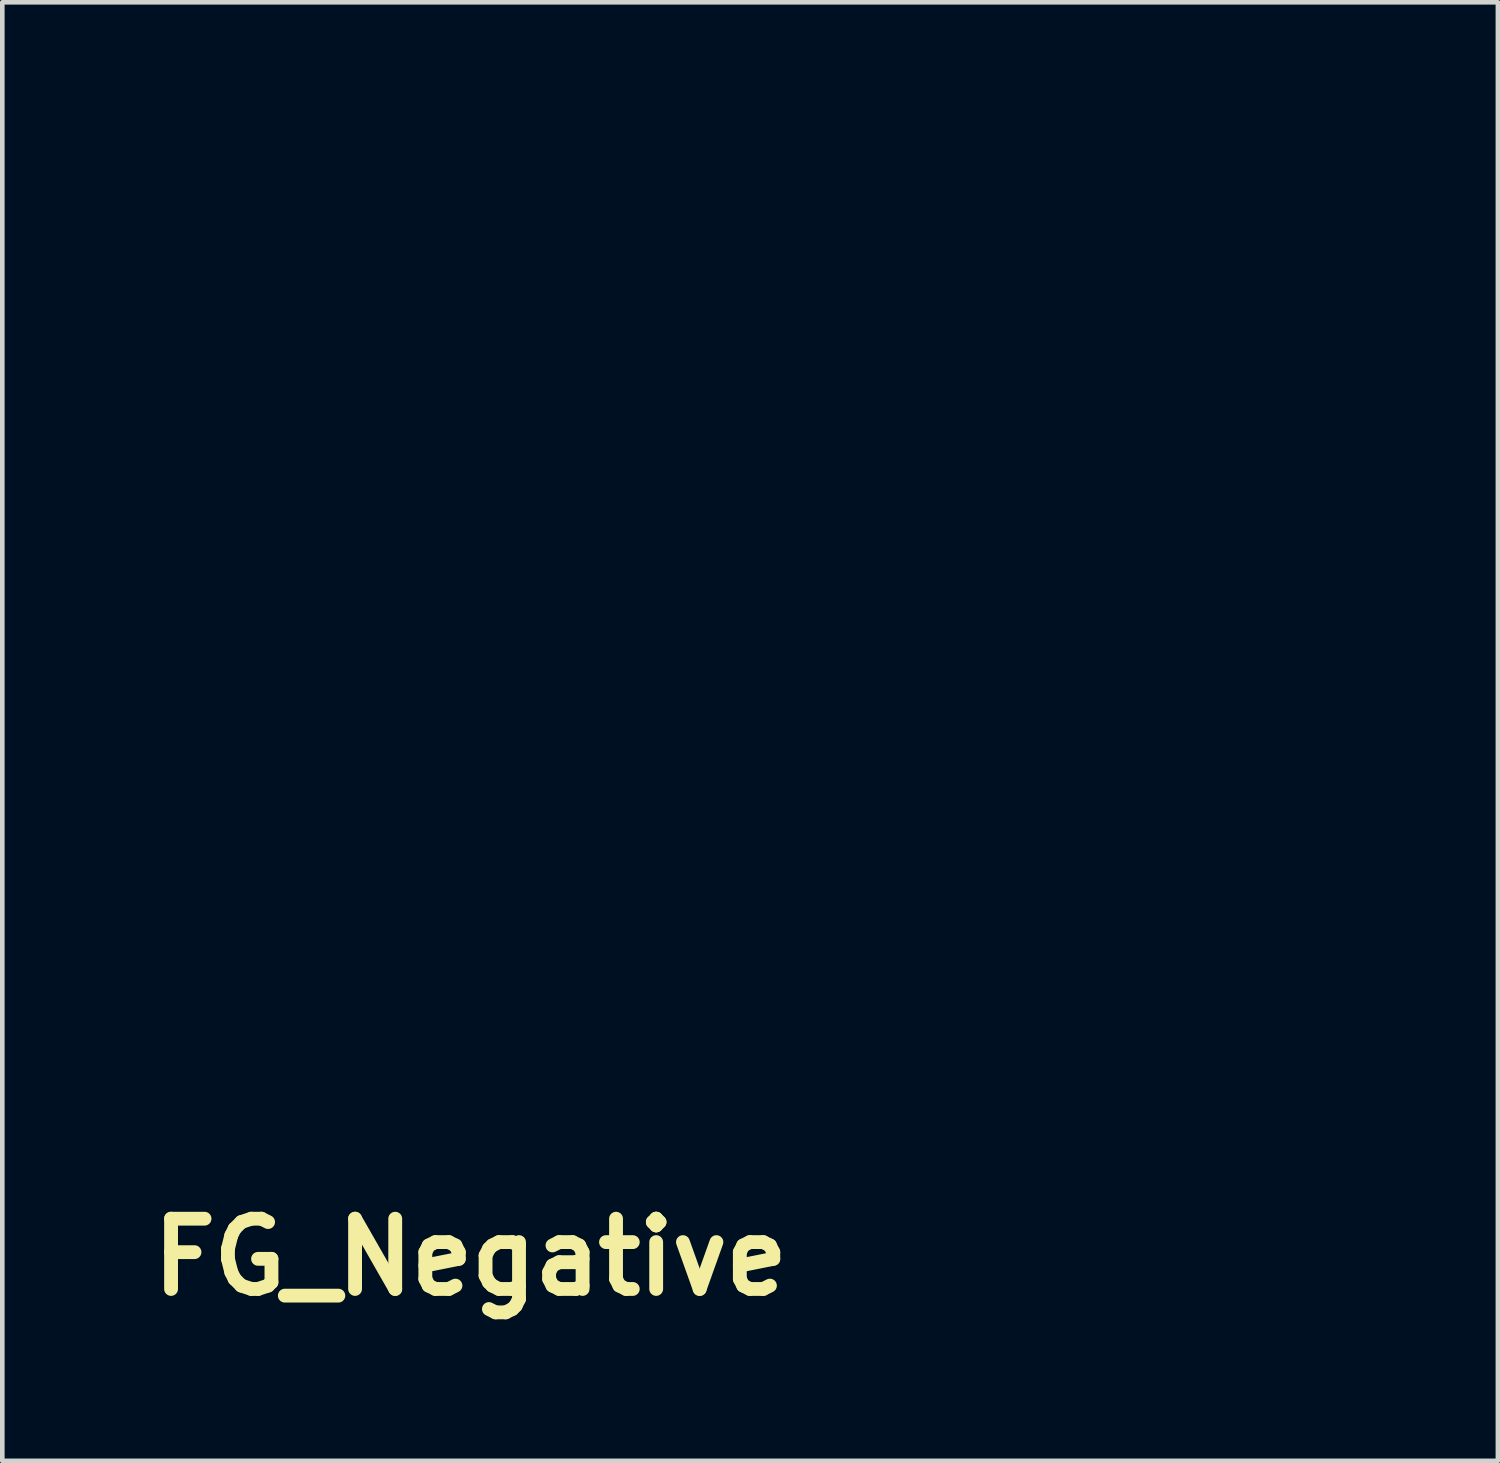
<source format=kicad_pcb>
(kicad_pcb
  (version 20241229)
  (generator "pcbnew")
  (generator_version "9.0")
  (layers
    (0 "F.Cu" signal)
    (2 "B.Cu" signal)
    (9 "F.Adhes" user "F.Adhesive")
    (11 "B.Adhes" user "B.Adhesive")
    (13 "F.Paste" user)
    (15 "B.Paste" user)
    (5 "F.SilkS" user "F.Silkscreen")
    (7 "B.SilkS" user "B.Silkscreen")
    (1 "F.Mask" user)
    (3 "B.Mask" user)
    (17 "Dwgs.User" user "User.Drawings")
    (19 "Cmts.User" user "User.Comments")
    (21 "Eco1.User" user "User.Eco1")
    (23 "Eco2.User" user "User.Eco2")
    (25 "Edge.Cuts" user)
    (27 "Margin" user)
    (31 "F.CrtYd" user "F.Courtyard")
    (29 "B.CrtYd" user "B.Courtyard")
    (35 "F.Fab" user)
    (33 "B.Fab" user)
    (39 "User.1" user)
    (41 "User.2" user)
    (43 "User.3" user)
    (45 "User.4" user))
  (footprint "FG_Negative"
    (layer "F.Cu")
    (at 15.356 12.62)
    (property "Reference" "FG_Negative" (at -8.2 11.6 0) (layer "F.SilkS") (effects (font (size 1.524 1.524) (thickness 0.3))))
    (attr through_hole)
    (fp_poly (pts (xy -1.713 10.635) (xy -1.695 10.671) (xy -1.724 10.649) (xy -1.713 10.635)) (stroke (width 0.01) (type solid)) (fill yes) (layer "F.Mask"))
    (fp_poly (pts (xy -10.668 -2.752) (xy -10.71 -2.709) (xy -10.753 -2.752) (xy -10.71 -2.794) (xy -10.668 -2.752)) (stroke (width 0.01) (type solid)) (fill yes) (layer "F.Mask"))
    (fp_poly (pts (xy -8.636 -6.816) (xy -8.678 -6.773) (xy -8.721 -6.816) (xy -8.678 -6.858) (xy -8.636 -6.816)) (stroke (width 0.01) (type solid)) (fill yes) (layer "F.Mask"))
    (fp_poly (pts (xy -1.27 1.143) (xy -1.312 1.185) (xy -1.355 1.143) (xy -1.312 1.101) (xy -1.27 1.143)) (stroke (width 0.01) (type solid)) (fill yes) (layer "F.Mask"))
    (fp_poly (pts (xy -1.27 2.752) (xy -1.312 2.794) (xy -1.355 2.752) (xy -1.312 2.709) (xy -1.27 2.752)) (stroke (width 0.01) (type solid)) (fill yes) (layer "F.Mask"))
    (fp_poly (pts (xy -0.085 3.09) (xy -0.127 3.133) (xy -0.169 3.09) (xy -0.127 3.048) (xy -0.085 3.09)) (stroke (width 0.01) (type solid)) (fill yes) (layer "F.Mask"))
    (fp_poly (pts (xy 0.085 6.816) (xy 0.042 6.858) (xy 0 6.816) (xy 0.042 6.773) (xy 0.085 6.816)) (stroke (width 0.01) (type solid)) (fill yes) (layer "F.Mask"))
    (fp_poly (pts (xy 0.254 6.646) (xy 0.212 6.689) (xy 0.169 6.646) (xy 0.212 6.604) (xy 0.254 6.646)) (stroke (width 0.01) (type solid)) (fill yes) (layer "F.Mask"))
    (fp_poly (pts (xy 0.593 -12.573) (xy 0.55 -12.531) (xy 0.508 -12.573) (xy 0.55 -12.615) (xy 0.593 -12.573)) (stroke (width 0.01) (type solid)) (fill yes) (layer "F.Mask"))
    (fp_poly (pts (xy 3.048 10.71) (xy 3.006 10.753) (xy 2.963 10.71) (xy 3.006 10.668) (xy 3.048 10.71)) (stroke (width 0.01) (type solid)) (fill yes) (layer "F.Mask"))
    (fp_poly (pts (xy 8.975 -1.566) (xy 8.932 -1.524) (xy 8.89 -1.566) (xy 8.932 -1.609) (xy 8.975 -1.566)) (stroke (width 0.01) (type solid)) (fill yes) (layer "F.Mask"))
    (fp_poly (pts (xy 9.737 3.26) (xy 9.694 3.302) (xy 9.652 3.26) (xy 9.694 3.217) (xy 9.737 3.26)) (stroke (width 0.01) (type solid)) (fill yes) (layer "F.Mask"))
    (fp_poly (pts (xy -11.289 4.551) (xy -11.278 4.724) (xy -11.289 4.763) (xy -11.32 4.773) (xy -11.332 4.657) (xy -11.319 4.536) (xy -11.289 4.551)) (stroke (width 0.01) (type solid)) (fill yes) (layer "F.Mask"))
    (fp_poly (pts (xy -7.225 6.548) (xy -7.237 6.598) (xy -7.281 6.604) (xy -7.351 6.573) (xy -7.338 6.548) (xy -7.237 6.537) (xy -7.225 6.548)) (stroke (width 0.01) (type solid)) (fill yes) (layer "F.Mask"))
    (fp_poly (pts (xy -6.632 -2.088) (xy -6.622 -1.988) (xy -6.632 -1.976) (xy -6.683 -1.987) (xy -6.689 -2.032) (xy -6.658 -2.102) (xy -6.632 -2.088)) (stroke (width 0.01) (type solid)) (fill yes) (layer "F.Mask"))
    (fp_poly (pts (xy 8.269 6.583) (xy 8.28 6.756) (xy 8.269 6.795) (xy 8.238 6.805) (xy 8.226 6.689) (xy 8.239 6.568) (xy 8.269 6.583)) (stroke (width 0.01) (type solid)) (fill yes) (layer "F.Mask"))
    (fp_poly (pts (xy -7.895 8.078) (xy -7.735 8.228) (xy -7.712 8.293) (xy -7.734 8.297) (xy -7.803 8.24) (xy -7.924 8.107) (xy -8.086 7.916) (xy -7.895 8.078)) (stroke (width 0.01) (type solid)) (fill yes) (layer "F.Mask"))
    (fp_poly (pts (xy -9.428 3.141) (xy -9.424 3.155) (xy -9.412 3.34) (xy -9.427 3.409) (xy -9.455 3.412) (xy -9.466 3.28) (xy -9.466 3.26) (xy -9.454 3.128) (xy -9.428 3.141)) (stroke (width 0.01) (type solid)) (fill yes) (layer "F.Mask"))
    (fp_poly (pts (xy -5.204 0.318) (xy -5.047 0.36) (xy -4.995 0.391) (xy -5.062 0.424) (xy -5.204 0.417) (xy -5.335 0.379) (xy -5.369 0.351) (xy -5.334 0.311) (xy -5.204 0.318)) (stroke (width 0.01) (type solid)) (fill yes) (layer "F.Mask"))
    (fp_poly (pts (xy 4.425 -0.479) (xy 4.428 -0.451) (xy 4.296 -0.44) (xy 4.276 -0.44) (xy 4.144 -0.452) (xy 4.157 -0.478) (xy 4.171 -0.482) (xy 4.356 -0.494) (xy 4.425 -0.479)) (stroke (width 0.01) (type solid)) (fill yes) (layer "F.Mask"))
    (fp_poly (pts (xy 6.108 -9.184) (xy 6.181 -9.144) (xy 6.248 -9.077) (xy 6.223 -9.062) (xy 6.084 -9.104) (xy 6.011 -9.144) (xy 5.944 -9.211) (xy 5.969 -9.226) (xy 6.108 -9.184)) (stroke (width 0.01) (type solid)) (fill yes) (layer "F.Mask"))
    (fp_poly (pts (xy 7.649 1.51) (xy 7.641 1.651) (xy 7.599 1.81) (xy 7.568 1.863) (xy 7.543 1.79) (xy 7.535 1.651) (xy 7.56 1.492) (xy 7.608 1.439) (xy 7.649 1.51)) (stroke (width 0.01) (type solid)) (fill yes) (layer "F.Mask"))
    (fp_poly (pts (xy 8.257 -6.323) (xy 8.319 -6.276) (xy 8.45 -6.153) (xy 8.45 -6.097) (xy 8.435 -6.096) (xy 8.364 -6.154) (xy 8.287 -6.244) (xy 8.213 -6.344) (xy 8.257 -6.323)) (stroke (width 0.01) (type solid)) (fill yes) (layer "F.Mask"))
    (fp_poly (pts (xy -3.824 -1.229) (xy -3.8 -1.21) (xy -3.753 -1.076) (xy -3.815 -0.958) (xy -3.895 -0.931) (xy -4.003 -0.993) (xy -4.026 -1.023) (xy -4.036 -1.153) (xy -3.947 -1.239) (xy -3.824 -1.229)) (stroke (width 0.01) (type solid)) (fill yes) (layer "F.Mask"))
    (fp_poly (pts (xy 3.81 6.281) (xy 3.747 6.336) (xy 3.725 6.35) (xy 3.543 6.412) (xy 3.387 6.425) (xy 3.175 6.418) (xy 3.387 6.35) (xy 3.598 6.295) (xy 3.725 6.275) (xy 3.81 6.281)) (stroke (width 0.01) (type solid)) (fill yes) (layer "F.Mask"))
    (fp_poly (pts (xy -8.81 5.673) (xy -8.763 5.842) (xy -8.734 6.037) (xy -8.742 6.145) (xy -8.744 6.147) (xy -8.784 6.103) (xy -8.832 5.942) (xy -8.837 5.916) (xy -8.866 5.7) (xy -8.853 5.615) (xy -8.81 5.673)) (stroke (width 0.01) (type solid)) (fill yes) (layer "F.Mask"))
    (fp_poly (pts (xy -8.336 7.253) (xy -8.232 7.426) (xy -8.203 7.48) (xy -8.105 7.684) (xy -8.062 7.817) (xy -8.064 7.839) (xy -8.117 7.792) (xy -8.209 7.637) (xy -8.24 7.574) (xy -8.344 7.336) (xy -8.375 7.226) (xy -8.336 7.253)) (stroke (width 0.01) (type solid)) (fill yes) (layer "F.Mask"))
    (fp_poly (pts (xy -2.167 7.374) (xy -2.17 7.384) (xy -2.263 7.424) (xy -2.433 7.448) (xy -2.605 7.451) (xy -2.705 7.428) (xy -2.709 7.418) (xy -2.635 7.387) (xy -2.453 7.355) (xy -2.419 7.351) (xy -2.239 7.345) (xy -2.167 7.374)) (stroke (width 0.01) (type solid)) (fill yes) (layer "F.Mask"))
    (fp_poly (pts (xy 3.88 -5.822) (xy 3.916 -5.819) (xy 4 -5.805) (xy 3.932 -5.794) (xy 3.727 -5.788) (xy 3.556 -5.787) (xy 3.281 -5.79) (xy 3.133 -5.799) (xy 3.128 -5.811) (xy 3.196 -5.819) (xy 3.533 -5.833) (xy 3.88 -5.822)) (stroke (width 0.01) (type solid)) (fill yes) (layer "F.Mask"))
    (fp_poly (pts (xy -10.356 -2.034) (xy -10.312 -1.864) (xy -10.295 -1.77) (xy -10.269 -1.544) (xy -10.268 -1.4) (xy -10.276 -1.38) (xy -10.311 -1.431) (xy -10.355 -1.602) (xy -10.372 -1.693) (xy -10.4 -1.919) (xy -10.399 -2.063) (xy -10.391 -2.083) (xy -10.356 -2.034)) (stroke (width 0.01) (type solid)) (fill yes) (layer "F.Mask"))
    (fp_poly (pts (xy -8.688 6.338) (xy -8.618 6.477) (xy -8.549 6.641) (xy -8.463 6.88) (xy -8.417 7.045) (xy -8.416 7.089) (xy -8.461 7.038) (xy -8.542 6.873) (xy -8.583 6.775) (xy -8.667 6.54) (xy -8.714 6.363) (xy -8.717 6.327) (xy -8.688 6.338)) (stroke (width 0.01) (type solid)) (fill yes) (layer "F.Mask"))
    (fp_poly (pts (xy -7.328 -9.084) (xy -7.419 -8.935) (xy -7.451 -8.89) (xy -7.579 -8.724) (xy -7.665 -8.639) (xy -7.674 -8.636) (xy -7.658 -8.696) (xy -7.567 -8.845) (xy -7.535 -8.89) (xy -7.407 -9.056) (xy -7.321 -9.141) (xy -7.312 -9.144) (xy -7.328 -9.084)) (stroke (width 0.01) (type solid)) (fill yes) (layer "F.Mask"))
    (fp_poly (pts (xy -5.926 -6.992) (xy -5.705 -6.943) (xy -5.587 -6.909) (xy -5.402 -6.842) (xy -5.341 -6.798) (xy -5.376 -6.789) (xy -5.572 -6.813) (xy -5.821 -6.871) (xy -5.842 -6.877) (xy -6.011 -6.94) (xy -6.064 -6.988) (xy -6.052 -6.996) (xy -5.926 -6.992)) (stroke (width 0.01) (type solid)) (fill yes) (layer "F.Mask"))
    (fp_poly (pts (xy -5.624 0.322) (xy -5.633 0.332) (xy -5.812 0.428) (xy -6.056 0.472) (xy -6.279 0.455) (xy -6.35 0.423) (xy -6.409 0.366) (xy -6.325 0.369) (xy -6.262 0.383) (xy -6.025 0.389) (xy -5.796 0.338) (xy -5.639 0.291) (xy -5.624 0.322)) (stroke (width 0.01) (type solid)) (fill yes) (layer "F.Mask"))
    (fp_poly (pts (xy 7.612 2.117) (xy 7.577 2.325) (xy 7.484 2.587) (xy 7.447 2.667) (xy 7.361 2.831) (xy 7.326 2.874) (xy 7.334 2.836) (xy 7.392 2.652) (xy 7.47 2.39) (xy 7.499 2.286) (xy 7.566 2.083) (xy 7.603 2.044) (xy 7.612 2.117)) (stroke (width 0.01) (type solid)) (fill yes) (layer "F.Mask"))
    (fp_poly (pts (xy 7.864 0.762) (xy 7.832 0.925) (xy 7.751 1.14) (xy 7.75 1.143) (xy 7.673 1.29) (xy 7.634 1.321) (xy 7.633 1.312) (xy 7.661 1.183) (xy 7.731 0.973) (xy 7.747 0.931) (xy 7.819 0.775) (xy 7.86 0.741) (xy 7.864 0.762)) (stroke (width 0.01) (type solid)) (fill yes) (layer "F.Mask"))
    (fp_poly (pts (xy 9.899 0.24) (xy 9.97 0.395) (xy 10.047 0.607) (xy 10.111 0.819) (xy 10.145 0.979) (xy 10.143 1.024) (xy 10.104 1.003) (xy 10.035 0.854) (xy 9.969 0.668) (xy 9.896 0.419) (xy 9.855 0.244) (xy 9.854 0.193) (xy 9.899 0.24)) (stroke (width 0.01) (type solid)) (fill yes) (layer "F.Mask"))
    (fp_poly (pts (xy 4.566 -5.803) (xy 4.823 -5.761) (xy 5.23 -5.675) (xy 5.249 -5.671) (xy 5.388 -5.632) (xy 5.375 -5.612) (xy 5.228 -5.613) (xy 4.962 -5.635) (xy 4.826 -5.65) (xy 4.603 -5.695) (xy 4.456 -5.758) (xy 4.448 -5.765) (xy 4.445 -5.804) (xy 4.566 -5.803)) (stroke (width 0.01) (type solid)) (fill yes) (layer "F.Mask"))
    (fp_poly (pts (xy 11.067 0.443) (xy 11.069 0.49) (xy 11.081 0.879) (xy 11.078 1.293) (xy 11.069 1.506) (xy 11.058 1.612) (xy 11.049 1.564) (xy 11.042 1.376) (xy 11.039 1.063) (xy 11.039 0.974) (xy 11.041 0.638) (xy 11.047 0.429) (xy 11.056 0.36) (xy 11.067 0.443)) (stroke (width 0.01) (type solid)) (fill yes) (layer "F.Mask"))
    (fp_poly (pts (xy -9.393 -3.234) (xy -9.354 -3.087) (xy -9.391 -2.946) (xy -9.408 -2.928) (xy -9.473 -2.882) (xy -9.448 -2.942) (xy -9.415 -3.091) (xy -9.485 -3.155) (xy -9.606 -3.094) (xy -9.622 -3.074) (xy -9.705 -2.977) (xy -9.699 -3.016) (xy -9.654 -3.111) (xy -9.558 -3.257) (xy -9.489 -3.302) (xy -9.393 -3.234)) (stroke (width 0.01) (type solid)) (fill yes) (layer "F.Mask"))
    (fp_poly (pts (xy -1.724 10.649) (xy -1.943 10.916) (xy -2.092 11.088) (xy -2.196 11.147) (xy -2.319 11.11) (xy -2.419 11.054) (xy -2.551 10.969) (xy -2.532 10.955) (xy -2.366 11.01) (xy -2.271 11.048) (xy -2.143 11.041) (xy -2.021 10.895) (xy -1.99 10.839) (xy -1.873 10.662) (xy -1.758 10.622) (xy -1.724 10.649)) (stroke (width 0.01) (type solid)) (fill yes) (layer "F.Mask"))
    (fp_poly (pts (xy -11.234 5.011) (xy -11.184 5.162) (xy -11.114 5.419) (xy -11.083 5.54) (xy -11.01 5.862) (xy -10.96 6.121) (xy -10.943 6.273) (xy -10.945 6.291) (xy -10.974 6.254) (xy -11.03 6.086) (xy -11.099 5.819) (xy -11.117 5.746) (xy -11.187 5.427) (xy -11.236 5.163) (xy -11.256 5.005) (xy -11.256 4.995) (xy -11.234 5.011)) (stroke (width 0.01) (type solid)) (fill yes) (layer "F.Mask"))
    (fp_poly (pts (xy -9.59 -3.614) (xy -9.666 -3.401) (xy -9.694 -3.333) (xy -9.765 -3.083) (xy -9.777 -2.863) (xy -9.772 -2.837) (xy -9.768 -2.665) (xy -9.814 -2.587) (xy -9.879 -2.614) (xy -9.9 -2.795) (xy -9.9 -2.81) (xy -9.859 -3.071) (xy -9.765 -3.364) (xy -9.737 -3.429) (xy -9.63 -3.638) (xy -9.58 -3.697) (xy -9.59 -3.614)) (stroke (width 0.01) (type solid)) (fill yes) (layer "F.Mask"))
    (fp_poly (pts (xy -1.625 10.726) (xy -1.453 10.98) (xy -1.433 11.013) (xy -1.287 11.238) (xy -1.161 11.346) (xy -1.006 11.375) (xy -0.93 11.374) (xy -0.756 11.377) (xy -0.742 11.416) (xy -0.768 11.436) (xy -1.01 11.509) (xy -1.237 11.45) (xy -1.329 11.342) (xy -1.455 11.138) (xy -1.523 11.012) (xy -1.695 10.671) (xy -1.625 10.726)) (stroke (width 0.01) (type solid)) (fill yes) (layer "F.Mask"))
    (fp_poly (pts (xy 1.866 -12.556) (xy 2.084 -12.402) (xy 2.298 -12.193) (xy 2.476 -11.965) (xy 2.583 -11.756) (xy 2.586 -11.605) (xy 2.583 -11.601) (xy 2.47 -11.52) (xy 2.296 -11.565) (xy 2.048 -11.74) (xy 1.843 -11.926) (xy 1.59 -12.202) (xy 1.471 -12.415) (xy 1.488 -12.556) (xy 1.644 -12.614) (xy 1.679 -12.615) (xy 1.866 -12.556)) (stroke (width 0.01) (type solid)) (fill yes) (layer "F.Mask"))
    (fp_poly (pts (xy -11.277 -3.365) (xy -11.254 -3.059) (xy -11.211 -2.862) (xy -11.158 -2.79) (xy -11.105 -2.86) (xy -11.068 -3.027) (xy -11.044 -3.181) (xy -11.037 -3.172) (xy -11.041 -3.012) (xy -11.084 -2.823) (xy -11.172 -2.726) (xy -11.267 -2.749) (xy -11.308 -2.818) (xy -11.328 -2.965) (xy -11.332 -3.218) (xy -11.324 -3.438) (xy -11.293 -3.937) (xy -11.277 -3.365)) (stroke (width 0.01) (type solid)) (fill yes) (layer "F.Mask"))
    (fp_poly (pts (xy 8.362 -1.947) (xy 8.429 -1.781) (xy 8.459 -1.686) (xy 8.543 -1.463) (xy 8.633 -1.376) (xy 8.72 -1.379) (xy 8.834 -1.377) (xy 8.832 -1.303) (xy 8.785 -1.199) (xy 8.775 -1.188) (xy 8.703 -1.226) (xy 8.621 -1.273) (xy 8.52 -1.387) (xy 8.416 -1.579) (xy 8.335 -1.787) (xy 8.304 -1.949) (xy 8.318 -1.996) (xy 8.362 -1.947)) (stroke (width 0.01) (type solid)) (fill yes) (layer "F.Mask"))
    (fp_poly (pts (xy -6.866 8.47) (xy -6.866 8.475) (xy -6.918 8.698) (xy -7.013 8.835) (xy -7.162 8.952) (xy -7.262 8.946) (xy -7.378 8.826) (xy -7.516 8.65) (xy -7.579 8.55) (xy -7.56 8.545) (xy -7.451 8.657) (xy -7.442 8.667) (xy -7.256 8.831) (xy -7.115 8.836) (xy -7.004 8.679) (xy -6.952 8.526) (xy -6.899 8.356) (xy -6.875 8.34) (xy -6.866 8.47)) (stroke (width 0.01) (type solid)) (fill yes) (layer "F.Mask"))
    (fp_poly (pts (xy 8.373 7.169) (xy 8.311 7.471) (xy 8.108 7.681) (xy 7.958 7.747) (xy 7.809 7.83) (xy 7.824 7.948) (xy 7.891 8.026) (xy 7.942 8.113) (xy 7.9 8.128) (xy 7.793 8.06) (xy 7.756 7.994) (xy 7.708 7.795) (xy 7.768 7.71) (xy 7.815 7.705) (xy 8.031 7.627) (xy 8.208 7.419) (xy 8.296 7.193) (xy 8.365 6.9) (xy 8.373 7.169)) (stroke (width 0.01) (type solid)) (fill yes) (layer "F.Mask"))
    (fp_poly (pts (xy -9.302 3.768) (xy -9.241 4.009) (xy -9.199 4.319) (xy -9.191 4.445) (xy -9.151 4.774) (xy -9.068 5.093) (xy -9.032 5.186) (xy -8.951 5.382) (xy -8.922 5.493) (xy -8.927 5.503) (xy -8.981 5.433) (xy -9.075 5.254) (xy -9.136 5.121) (xy -9.239 4.806) (xy -9.295 4.477) (xy -9.299 4.38) (xy -9.307 4.082) (xy -9.337 3.808) (xy -9.345 3.768) (xy -9.397 3.514) (xy -9.302 3.768)) (stroke (width 0.01) (type solid)) (fill yes) (layer "F.Mask"))
    (fp_poly (pts (xy -6.604 6.392) (xy -6.538 6.492) (xy -6.449 6.696) (xy -6.404 6.821) (xy -6.287 7.085) (xy -6.146 7.298) (xy -6.092 7.352) (xy -5.977 7.472) (xy -5.957 7.609) (xy -6.004 7.792) (xy -6.095 8.086) (xy -6.056 7.812) (xy -6.067 7.552) (xy -6.176 7.388) (xy -6.266 7.267) (xy -6.374 7.072) (xy -6.481 6.844) (xy -6.57 6.627) (xy -6.622 6.461) (xy -6.62 6.388) (xy -6.604 6.392)) (stroke (width 0.01) (type solid)) (fill yes) (layer "F.Mask"))
    (fp_poly (pts (xy -10.865 -3.395) (xy -10.842 -3.2) (xy -10.837 -3.048) (xy -10.828 -2.793) (xy -10.79 -2.666) (xy -10.706 -2.626) (xy -10.674 -2.625) (xy -10.543 -2.562) (xy -10.443 -2.423) (xy -10.416 -2.279) (xy -10.441 -2.231) (xy -10.495 -2.263) (xy -10.536 -2.355) (xy -10.651 -2.512) (xy -10.747 -2.563) (xy -10.848 -2.63) (xy -10.906 -2.792) (xy -10.934 -3.038) (xy -10.94 -3.282) (xy -10.922 -3.439) (xy -10.901 -3.471) (xy -10.865 -3.395)) (stroke (width 0.01) (type solid)) (fill yes) (layer "F.Mask"))
    (fp_poly (pts (xy -7.029 6.689) (xy -6.951 6.949) (xy -7.012 7.224) (xy -7.066 7.31) (xy -7.134 7.435) (xy -7.131 7.585) (xy -7.062 7.81) (xy -6.995 8.027) (xy -6.97 8.167) (xy -6.975 8.188) (xy -7.018 8.136) (xy -7.093 7.965) (xy -7.145 7.822) (xy -7.221 7.576) (xy -7.237 7.43) (xy -7.191 7.326) (xy -7.143 7.269) (xy -7.047 7.067) (xy -7.059 6.839) (xy -7.081 6.671) (xy -7.053 6.656) (xy -7.029 6.689)) (stroke (width 0.01) (type solid)) (fill yes) (layer "F.Mask"))
    (fp_poly (pts (xy -1.491 -5.721) (xy -1.3 -5.667) (xy -1.22 -5.639) (xy -0.995 -5.55) (xy -0.71 -5.426) (xy -0.397 -5.282) (xy -0.089 -5.135) (xy 0.179 -5.001) (xy 0.376 -4.896) (xy 0.467 -4.836) (xy 0.463 -4.828) (xy 0.35 -4.862) (xy 0.128 -4.952) (xy -0.157 -5.081) (xy -0.214 -5.108) (xy -0.569 -5.272) (xy -0.927 -5.429) (xy -1.208 -5.544) (xy -1.431 -5.636) (xy -1.563 -5.705) (xy -1.581 -5.728) (xy -1.491 -5.721)) (stroke (width 0.01) (type solid)) (fill yes) (layer "F.Mask"))
    (fp_poly (pts (xy 2.711 0.227) (xy 2.855 0.369) (xy 2.885 0.402) (xy 3.09 0.635) (xy 2.86 0.432) (xy 2.705 0.305) (xy 2.628 0.286) (xy 2.582 0.369) (xy 2.575 0.389) (xy 2.452 0.71) (xy 2.319 0.975) (xy 2.202 1.137) (xy 2.178 1.156) (xy 2.117 1.177) (xy 2.168 1.096) (xy 2.252 0.947) (xy 2.359 0.708) (xy 2.413 0.572) (xy 2.509 0.342) (xy 2.59 0.197) (xy 2.621 0.169) (xy 2.711 0.227)) (stroke (width 0.01) (type solid)) (fill yes) (layer "F.Mask"))
    (fp_poly (pts (xy 5.242 10.037) (xy 5.158 10.153) (xy 5.116 10.196) (xy 4.93 10.306) (xy 4.808 10.329) (xy 4.632 10.389) (xy 4.446 10.532) (xy 4.438 10.541) (xy 4.262 10.687) (xy 4.104 10.752) (xy 4.096 10.753) (xy 4.002 10.726) (xy 4.01 10.694) (xy 4.139 10.629) (xy 4.202 10.615) (xy 4.351 10.535) (xy 4.459 10.42) (xy 4.621 10.284) (xy 4.761 10.245) (xy 4.964 10.189) (xy 5.095 10.105) (xy 5.219 10.013) (xy 5.242 10.037)) (stroke (width 0.01) (type solid)) (fill yes) (layer "F.Mask"))
    (fp_poly (pts (xy -6.604 -6.562) (xy -6.389 -6.511) (xy -6.073 -6.431) (xy -5.689 -6.331) (xy -5.268 -6.22) (xy -4.842 -6.106) (xy -4.445 -5.997) (xy -4.107 -5.904) (xy -3.861 -5.833) (xy -3.74 -5.794) (xy -3.732 -5.791) (xy -3.734 -5.764) (xy -3.84 -5.771) (xy -4.063 -5.816) (xy -4.416 -5.901) (xy -4.914 -6.03) (xy -5.165 -6.096) (xy -5.614 -6.218) (xy -6.019 -6.333) (xy -6.346 -6.429) (xy -6.558 -6.498) (xy -6.604 -6.516) (xy -6.816 -6.609) (xy -6.604 -6.562)) (stroke (width 0.01) (type solid)) (fill yes) (layer "F.Mask"))
    (fp_poly (pts (xy 2.744 -5.744) (xy 2.743 -5.743) (xy 2.635 -5.692) (xy 2.461 -5.673) (xy 2.086 -5.606) (xy 1.719 -5.432) (xy 1.44 -5.188) (xy 1.153 -4.908) (xy 0.849 -4.763) (xy 0.72 -4.748) (xy 0.677 -4.771) (xy 0.78 -4.829) (xy 0.864 -4.861) (xy 1.129 -5.004) (xy 1.375 -5.21) (xy 1.407 -5.245) (xy 1.608 -5.444) (xy 1.816 -5.589) (xy 1.855 -5.607) (xy 2.069 -5.677) (xy 2.313 -5.733) (xy 2.539 -5.768) (xy 2.699 -5.774) (xy 2.744 -5.744)) (stroke (width 0.01) (type solid)) (fill yes) (layer "F.Mask"))
    (fp_poly (pts (xy -9.446 -2.667) (xy -9.565 -2.312) (xy -9.663 -2.008) (xy -9.771 -1.657) (xy -9.797 -1.572) (xy -9.917 -1.234) (xy -10.03 -1.058) (xy -10.14 -1.036) (xy -10.186 -1.071) (xy -10.243 -1.203) (xy -10.243 -1.221) (xy -10.207 -1.242) (xy -10.159 -1.185) (xy -10.079 -1.101) (xy -10.004 -1.168) (xy -9.993 -1.185) (xy -9.929 -1.336) (xy -9.855 -1.588) (xy -9.809 -1.778) (xy -9.721 -2.104) (xy -9.608 -2.414) (xy -9.548 -2.54) (xy -9.464 -2.684) (xy -9.436 -2.703) (xy -9.446 -2.667)) (stroke (width 0.01) (type solid)) (fill yes) (layer "F.Mask"))
    (fp_poly (pts (xy -5.03 -6.752) (xy -4.806 -6.704) (xy -4.478 -6.622) (xy -4.078 -6.517) (xy -3.633 -6.395) (xy -3.175 -6.265) (xy -2.731 -6.136) (xy -2.333 -6.016) (xy -2.008 -5.913) (xy -1.788 -5.836) (xy -1.703 -5.796) (xy -1.712 -5.762) (xy -1.86 -5.783) (xy -2.155 -5.859) (xy -2.601 -5.991) (xy -2.794 -6.051) (xy -3.261 -6.195) (xy -3.767 -6.344) (xy -4.232 -6.477) (xy -4.42 -6.528) (xy -4.739 -6.618) (xy -4.981 -6.695) (xy -5.11 -6.747) (xy -5.122 -6.76) (xy -5.03 -6.752)) (stroke (width 0.01) (type solid)) (fill yes) (layer "F.Mask"))
    (fp_poly (pts (xy 1.515 5.628) (xy 1.482 5.639) (xy 1.068 5.772) (xy 0.643 5.942) (xy 0.274 6.121) (xy 0.101 6.224) (xy -0.209 6.435) (xy 0.248 6.435) (xy 0.493 6.44) (xy 0.644 6.453) (xy 0.67 6.465) (xy 0.539 6.51) (xy 0.312 6.538) (xy 0.066 6.545) (xy -0.127 6.528) (xy -0.18 6.509) (xy -0.235 6.434) (xy -0.166 6.331) (xy -0.085 6.259) (xy 0.213 6.059) (xy 0.59 5.867) (xy 0.977 5.714) (xy 1.306 5.631) (xy 1.331 5.628) (xy 1.491 5.617) (xy 1.515 5.628)) (stroke (width 0.01) (type solid)) (fill yes) (layer "F.Mask"))
    (fp_poly (pts (xy 4.96 6.064) (xy 5.222 6.21) (xy 5.472 6.401) (xy 5.68 6.529) (xy 5.824 6.587) (xy 5.881 6.566) (xy 5.827 6.458) (xy 5.792 6.413) (xy 5.63 6.223) (xy 5.821 6.384) (xy 5.958 6.522) (xy 6.011 6.617) (xy 5.951 6.687) (xy 5.775 6.645) (xy 5.492 6.494) (xy 5.322 6.384) (xy 5.07 6.226) (xy 4.862 6.14) (xy 4.644 6.119) (xy 4.36 6.157) (xy 4.064 6.22) (xy 3.995 6.224) (xy 4.073 6.179) (xy 4.149 6.146) (xy 4.588 6.028) (xy 4.96 6.064)) (stroke (width 0.01) (type solid)) (fill yes) (layer "F.Mask"))
    (fp_poly (pts (xy -6.367 7.566) (xy -6.282 7.743) (xy -6.265 7.877) (xy -6.232 8.062) (xy -6.16 8.152) (xy -6.103 8.226) (xy -6.122 8.262) (xy -6.209 8.273) (xy -6.291 8.159) (xy -6.342 7.962) (xy -6.349 7.858) (xy -6.382 7.662) (xy -6.459 7.568) (xy -6.551 7.605) (xy -6.565 7.626) (xy -6.603 7.751) (xy -6.648 7.995) (xy -6.691 8.304) (xy -6.693 8.325) (xy -6.764 8.932) (xy -6.732 8.265) (xy -6.706 7.938) (xy -6.668 7.676) (xy -6.623 7.524) (xy -6.613 7.511) (xy -6.49 7.476) (xy -6.367 7.566)) (stroke (width 0.01) (type solid)) (fill yes) (layer "F.Mask"))
    (fp_poly (pts (xy -8.602 -7.249) (xy -8.486 -7.208) (xy -8.249 -7.127) (xy -7.927 -7.019) (xy -7.669 -6.934) (xy -7.334 -6.818) (xy -7.077 -6.72) (xy -6.93 -6.653) (xy -6.91 -6.629) (xy -7.021 -6.643) (xy -7.251 -6.703) (xy -7.562 -6.797) (xy -7.744 -6.857) (xy -8.084 -6.968) (xy -8.367 -7.055) (xy -8.552 -7.105) (xy -8.596 -7.112) (xy -8.7 -7.048) (xy -8.849 -6.887) (xy -8.919 -6.796) (xy -9.05 -6.623) (xy -9.132 -6.54) (xy -9.144 -6.543) (xy -9.097 -6.673) (xy -8.983 -6.858) (xy -8.837 -7.049) (xy -8.699 -7.196) (xy -8.606 -7.25) (xy -8.602 -7.249)) (stroke (width 0.01) (type solid)) (fill yes) (layer "F.Mask"))
    (fp_poly (pts (xy -7.734 -8.491) (xy -7.849 -8.308) (xy -8.026 -8.064) (xy -8.233 -7.789) (xy -7.905 -7.649) (xy -7.67 -7.557) (xy -7.336 -7.437) (xy -6.963 -7.311) (xy -6.858 -7.276) (xy -6.563 -7.175) (xy -6.365 -7.096) (xy -6.288 -7.049) (xy -6.308 -7.042) (xy -6.469 -7.068) (xy -6.734 -7.138) (xy -7.047 -7.237) (xy -7.07 -7.245) (xy -7.493 -7.397) (xy -7.853 -7.538) (xy -8.123 -7.656) (xy -8.274 -7.74) (xy -8.297 -7.767) (xy -8.252 -7.853) (xy -8.14 -8.021) (xy -7.996 -8.221) (xy -7.856 -8.407) (xy -7.755 -8.529) (xy -7.728 -8.551) (xy -7.734 -8.491)) (stroke (width 0.01) (type solid)) (fill yes) (layer "F.Mask"))
    (fp_poly (pts (xy -5.223 -11.079) (xy -4.953 -11.066) (xy -5.207 -11.03) (xy -5.454 -10.951) (xy -5.63 -10.841) (xy -5.833 -10.686) (xy -5.977 -10.598) (xy -6.106 -10.487) (xy -6.291 -10.274) (xy -6.498 -9.998) (xy -6.556 -9.914) (xy -6.758 -9.627) (xy -6.941 -9.386) (xy -7.072 -9.234) (xy -7.096 -9.212) (xy -7.141 -9.197) (xy -7.088 -9.294) (xy -7.044 -9.356) (xy -6.89 -9.569) (xy -6.696 -9.852) (xy -6.562 -10.051) (xy -6.344 -10.333) (xy -6.092 -10.585) (xy -5.937 -10.704) (xy -5.725 -10.849) (xy -5.578 -10.969) (xy -5.548 -11.003) (xy -5.433 -11.061) (xy -5.231 -11.079) (xy -5.223 -11.079)) (stroke (width 0.01) (type solid)) (fill yes) (layer "F.Mask"))
    (fp_poly (pts (xy 7.873 8.424) (xy 7.915 8.623) (xy 7.861 8.745) (xy 7.815 8.784) (xy 7.647 8.872) (xy 7.561 8.89) (xy 7.478 8.964) (xy 7.451 9.125) (xy 7.376 9.446) (xy 7.166 9.679) (xy 6.897 9.785) (xy 6.675 9.86) (xy 6.528 9.968) (xy 6.521 9.979) (xy 6.455 10.056) (xy 6.439 10.033) (xy 6.507 9.855) (xy 6.726 9.737) (xy 6.849 9.707) (xy 7.153 9.583) (xy 7.323 9.356) (xy 7.363 9.118) (xy 7.406 8.928) (xy 7.559 8.816) (xy 7.616 8.794) (xy 7.789 8.71) (xy 7.84 8.584) (xy 7.828 8.438) (xy 7.789 8.17) (xy 7.873 8.424)) (stroke (width 0.01) (type solid)) (fill yes) (layer "F.Mask"))
    (fp_poly (pts (xy -9.901 -5.86) (xy -9.95 -5.693) (xy -9.976 -5.63) (xy -10.104 -5.422) (xy -10.231 -5.335) (xy -10.327 -5.384) (xy -10.346 -5.426) (xy -10.434 -5.454) (xy -10.629 -5.373) (xy -10.648 -5.362) (xy -10.867 -5.157) (xy -11.046 -4.843) (xy -11.156 -4.481) (xy -11.176 -4.266) (xy -11.205 -4.096) (xy -11.248 -4.029) (xy -11.289 -4.066) (xy -11.283 -4.215) (xy -11.156 -4.742) (xy -10.971 -5.151) (xy -10.738 -5.416) (xy -10.538 -5.54) (xy -10.396 -5.553) (xy -10.323 -5.519) (xy -10.21 -5.479) (xy -10.133 -5.559) (xy -10.087 -5.676) (xy -10.004 -5.851) (xy -9.923 -5.927) (xy -9.921 -5.927) (xy -9.901 -5.86)) (stroke (width 0.01) (type solid)) (fill yes) (layer "F.Mask"))
    (fp_poly (pts (xy -10.403 1.634) (xy -10.283 1.732) (xy -10.142 1.907) (xy -10.076 2.054) (xy -10.075 2.064) (xy -10.132 2.313) (xy -10.291 2.438) (xy -10.534 2.437) (xy -10.844 2.305) (xy -10.945 2.241) (xy -11.157 2.086) (xy -11.242 1.973) (xy -11.237 1.945) (xy -11.131 1.945) (xy -11.107 1.999) (xy -10.924 2.181) (xy -10.693 2.299) (xy -10.461 2.343) (xy -10.273 2.306) (xy -10.175 2.177) (xy -10.174 2.173) (xy -10.214 1.98) (xy -10.365 1.79) (xy -10.579 1.651) (xy -10.764 1.609) (xy -10.964 1.662) (xy -11.101 1.791) (xy -11.131 1.945) (xy -11.237 1.945) (xy -11.218 1.851) (xy -11.129 1.712) (xy -10.928 1.556) (xy -10.67 1.53) (xy -10.403 1.634)) (stroke (width 0.01) (type solid)) (fill yes) (layer "F.Mask"))
    (fp_poly (pts (xy 6.465 -9.019) (xy 6.651 -8.959) (xy 6.697 -8.941) (xy 6.973 -8.787) (xy 7.192 -8.594) (xy 7.323 -8.399) (xy 7.334 -8.253) (xy 7.362 -8.092) (xy 7.536 -7.852) (xy 7.619 -7.761) (xy 7.823 -7.518) (xy 7.981 -7.276) (xy 8.035 -7.154) (xy 8.126 -6.83) (xy 8.178 -6.584) (xy 8.186 -6.449) (xy 8.174 -6.435) (xy 8.127 -6.507) (xy 8.08 -6.668) (xy 7.974 -7.068) (xy 7.849 -7.36) (xy 7.672 -7.605) (xy 7.536 -7.746) (xy 7.327 -7.979) (xy 7.242 -8.155) (xy 7.246 -8.253) (xy 7.22 -8.456) (xy 7.034 -8.65) (xy 6.684 -8.837) (xy 6.655 -8.849) (xy 6.465 -8.941) (xy 6.371 -9.009) (xy 6.37 -9.023) (xy 6.465 -9.019)) (stroke (width 0.01) (type solid)) (fill yes) (layer "F.Mask"))
    (fp_poly (pts (xy -0.751 0.651) (xy -0.572 0.804) (xy -0.409 0.97) (xy -0.021 1.297) (xy 0.432 1.518) (xy 0.909 1.624) (xy 1.373 1.609) (xy 1.783 1.462) (xy 1.809 1.447) (xy 1.995 1.34) (xy 2.105 1.294) (xy 2.117 1.299) (xy 2.052 1.365) (xy 1.891 1.477) (xy 1.841 1.508) (xy 1.469 1.674) (xy 1.095 1.739) (xy 0.889 1.721) (xy 0.369 1.571) (xy -0.035 1.375) (xy -0.373 1.108) (xy -0.425 1.057) (xy -0.673 0.821) (xy -0.852 0.707) (xy -0.997 0.706) (xy -1.144 0.807) (xy -1.185 0.847) (xy -1.305 0.943) (xy -1.355 0.937) (xy -1.355 0.936) (xy -1.287 0.827) (xy -1.131 0.703) (xy -0.955 0.612) (xy -0.865 0.593) (xy -0.751 0.651)) (stroke (width 0.01) (type solid)) (fill yes) (layer "F.Mask"))
    (fp_poly (pts (xy -6.614 -1.627) (xy -6.62 -1.45) (xy -6.682 -1.348) (xy -6.842 -1.282) (xy -7.034 -1.237) (xy -7.24 -1.12) (xy -7.354 -0.967) (xy -7.41 -0.713) (xy -7.392 -0.425) (xy -7.311 -0.178) (xy -7.236 -0.082) (xy -7.137 0.065) (xy -7.067 0.266) (xy -6.994 0.448) (xy -6.892 0.472) (xy -6.672 0.39) (xy -6.587 0.375) (xy -6.646 0.43) (xy -6.689 0.457) (xy -6.858 0.551) (xy -6.954 0.59) (xy -7.016 0.522) (xy -7.124 0.342) (xy -7.228 0.141) (xy -7.359 -0.152) (xy -7.46 -0.424) (xy -7.496 -0.557) (xy -7.48 -0.843) (xy -7.353 -1.11) (xy -7.15 -1.305) (xy -6.969 -1.37) (xy -6.784 -1.431) (xy -6.692 -1.594) (xy -6.678 -1.651) (xy -6.624 -1.905) (xy -6.614 -1.627)) (stroke (width 0.01) (type solid)) (fill yes) (layer "F.Mask"))
    (fp_poly (pts (xy -0.792 1.255) (xy -0.564 1.317) (xy -0.416 1.469) (xy -0.36 1.575) (xy -0.282 1.859) (xy -0.35 2.095) (xy -0.572 2.299) (xy -0.879 2.453) (xy -1.151 2.568) (xy -1.375 2.67) (xy -1.46 2.713) (xy -1.583 2.75) (xy -1.609 2.717) (xy -1.535 2.648) (xy -1.347 2.557) (xy -1.19 2.499) (xy -0.81 2.341) (xy -0.525 2.159) (xy -0.364 1.974) (xy -0.339 1.875) (xy -0.385 1.7) (xy -0.476 1.535) (xy -0.585 1.414) (xy -0.723 1.371) (xy -0.953 1.39) (xy -0.984 1.394) (xy -1.222 1.413) (xy -1.345 1.387) (xy -1.355 1.368) (xy -1.287 1.322) (xy -1.172 1.334) (xy -1.048 1.343) (xy -1.039 1.301) (xy -1.002 1.255) (xy -0.834 1.251) (xy -0.792 1.255)) (stroke (width 0.01) (type solid)) (fill yes) (layer "F.Mask"))
    (fp_poly (pts (xy 2.505 6.448) (xy 3.175 6.461) (xy 2.455 6.514) (xy 2.028 6.559) (xy 1.71 6.629) (xy 1.444 6.74) (xy 1.355 6.789) (xy 0.834 7.003) (xy 0.256 7.087) (xy -0.317 7.032) (xy -0.336 7.028) (xy -0.575 6.98) (xy -0.77 6.977) (xy -0.985 7.028) (xy -1.286 7.141) (xy -1.301 7.147) (xy -1.592 7.256) (xy -1.829 7.333) (xy -1.961 7.36) (xy -1.962 7.36) (xy -1.962 7.332) (xy -1.833 7.269) (xy -1.736 7.231) (xy -1.436 7.115) (xy -1.146 6.99) (xy -1.111 6.974) (xy -0.786 6.883) (xy -0.518 6.908) (xy -0.267 6.944) (xy 0.071 6.965) (xy 0.348 6.967) (xy 0.719 6.943) (xy 1.015 6.869) (xy 1.326 6.721) (xy 1.37 6.696) (xy 1.628 6.561) (xy 1.845 6.484) (xy 2.088 6.451) (xy 2.421 6.447) (xy 2.505 6.448)) (stroke (width 0.01) (type solid)) (fill yes) (layer "F.Mask"))
    (fp_poly (pts (xy 5.351 8.607) (xy 5.366 8.73) (xy 5.334 8.805) (xy 5.262 9.02) (xy 5.249 9.132) (xy 5.306 9.37) (xy 5.446 9.628) (xy 5.624 9.832) (xy 5.715 9.891) (xy 5.907 9.978) (xy 6.151 10.087) (xy 6.181 10.101) (xy 6.336 10.183) (xy 6.372 10.23) (xy 6.35 10.234) (xy 6.163 10.195) (xy 6.096 10.165) (xy 5.927 10.078) (xy 5.736 9.986) (xy 5.519 9.82) (xy 5.322 9.564) (xy 5.192 9.289) (xy 5.165 9.134) (xy 5.205 8.915) (xy 5.252 8.8) (xy 5.29 8.666) (xy 5.223 8.645) (xy 5.097 8.738) (xy 5.015 8.922) (xy 5.003 9.197) (xy 5.06 9.502) (xy 5.127 9.677) (xy 5.26 9.948) (xy 5.087 9.737) (xy 4.954 9.475) (xy 4.91 9.166) (xy 4.955 8.876) (xy 5.075 8.683) (xy 5.241 8.586) (xy 5.351 8.607)) (stroke (width 0.01) (type solid)) (fill yes) (layer "F.Mask"))
    (fp_poly (pts (xy 7.264 3.706) (xy 7.27 4.051) (xy 7.26 4.264) (xy 7.225 4.384) (xy 7.156 4.45) (xy 7.07 4.487) (xy 6.912 4.592) (xy 6.858 4.702) (xy 6.916 4.856) (xy 7.065 5.077) (xy 7.268 5.321) (xy 7.487 5.543) (xy 7.686 5.701) (xy 7.724 5.724) (xy 7.879 5.845) (xy 8.033 6.025) (xy 8.152 6.214) (xy 8.201 6.36) (xy 8.188 6.403) (xy 8.135 6.36) (xy 8.054 6.207) (xy 8.043 6.179) (xy 7.898 5.958) (xy 7.713 5.804) (xy 7.543 5.679) (xy 7.32 5.469) (xy 7.124 5.254) (xy 6.918 4.991) (xy 6.817 4.803) (xy 6.801 4.651) (xy 6.809 4.611) (xy 6.912 4.439) (xy 7.026 4.403) (xy 7.107 4.386) (xy 7.159 4.313) (xy 7.191 4.152) (xy 7.211 3.868) (xy 7.218 3.704) (xy 7.247 3.006) (xy 7.264 3.706)) (stroke (width 0.01) (type solid)) (fill yes) (layer "F.Mask"))
    (fp_poly (pts (xy 9.376 -0.603) (xy 9.533 -0.439) (xy 9.684 -0.233) (xy 9.784 -0.039) (xy 9.787 -0.03) (xy 9.783 0.012) (xy 9.71 -0.074) (xy 9.675 -0.127) (xy 9.523 -0.333) (xy 9.382 -0.487) (xy 9.375 -0.492) (xy 9.24 -0.529) (xy 9.121 -0.426) (xy 9.021 -0.212) (xy 8.946 0.084) (xy 8.899 0.433) (xy 8.885 0.806) (xy 8.907 1.175) (xy 8.972 1.509) (xy 9.045 1.71) (xy 9.164 2.024) (xy 9.246 2.354) (xy 9.257 2.434) (xy 9.279 2.691) (xy 9.266 2.786) (xy 9.22 2.72) (xy 9.195 2.66) (xy 9.155 2.473) (xy 9.141 2.3) (xy 9.102 2.081) (xy 9.009 1.811) (xy 8.975 1.736) (xy 8.856 1.356) (xy 8.803 0.886) (xy 8.815 0.392) (xy 8.891 -0.059) (xy 8.982 -0.312) (xy 9.105 -0.525) (xy 9.216 -0.654) (xy 9.257 -0.673) (xy 9.376 -0.603)) (stroke (width 0.01) (type solid)) (fill yes) (layer "F.Mask"))
    (fp_poly (pts (xy -6.822 4.893) (xy -6.523 5.073) (xy -6.171 5.344) (xy -5.797 5.683) (xy -5.553 5.911) (xy -5.346 6.084) (xy -5.212 6.174) (xy -5.189 6.181) (xy -5.107 6.108) (xy -5.056 5.948) (xy -5.021 5.715) (xy -5.008 5.95) (xy -5.031 6.163) (xy -5.132 6.237) (xy -5.316 6.171) (xy -5.587 5.966) (xy -5.786 5.782) (xy -6.13 5.471) (xy -6.452 5.219) (xy -6.735 5.035) (xy -6.961 4.928) (xy -7.113 4.904) (xy -7.173 4.973) (xy -7.123 5.142) (xy -7.109 5.171) (xy -7.026 5.351) (xy -6.932 5.594) (xy -6.841 5.854) (xy -6.77 6.082) (xy -6.734 6.232) (xy -6.738 6.265) (xy -6.796 6.197) (xy -6.831 6.117) (xy -6.889 5.962) (xy -6.987 5.71) (xy -7.082 5.469) (xy -7.19 5.165) (xy -7.224 4.973) (xy -7.189 4.859) (xy -7.185 4.854) (xy -7.05 4.816) (xy -6.822 4.893)) (stroke (width 0.01) (type solid)) (fill yes) (layer "F.Mask"))
    (fp_poly (pts (xy -3.474 -4.269) (xy -3.208 -4.146) (xy -2.951 -3.988) (xy -2.772 -3.831) (xy -2.744 -3.792) (xy -2.748 -3.756) (xy -2.843 -3.821) (xy -3.108 -4.004) (xy -3.406 -4.151) (xy -3.668 -4.228) (xy -3.73 -4.233) (xy -3.908 -4.195) (xy -4.16 -4.096) (xy -4.306 -4.025) (xy -4.617 -3.865) (xy -4.976 -3.686) (xy -5.165 -3.596) (xy -5.474 -3.426) (xy -5.755 -3.231) (xy -5.976 -3.037) (xy -6.108 -2.872) (xy -6.122 -2.768) (xy -6.126 -2.724) (xy -6.164 -2.741) (xy -6.261 -2.711) (xy -6.387 -2.551) (xy -6.427 -2.479) (xy -6.529 -2.305) (xy -6.59 -2.233) (xy -6.597 -2.244) (xy -6.534 -2.433) (xy -6.346 -2.718) (xy -6.093 -3.029) (xy -5.894 -3.207) (xy -5.588 -3.419) (xy -5.214 -3.647) (xy -4.807 -3.87) (xy -4.407 -4.068) (xy -4.052 -4.22) (xy -3.778 -4.306) (xy -3.682 -4.318) (xy -3.474 -4.269)) (stroke (width 0.01) (type solid)) (fill yes) (layer "F.Mask"))
    (fp_poly (pts (xy 2.551 5.491) (xy 2.984 5.506) (xy 3.27 5.541) (xy 3.431 5.6) (xy 3.455 5.62) (xy 3.532 5.732) (xy 3.502 5.829) (xy 3.346 5.928) (xy 3.049 6.045) (xy 2.945 6.08) (xy 2.634 6.171) (xy 2.275 6.257) (xy 1.9 6.332) (xy 1.54 6.392) (xy 1.225 6.431) (xy 0.989 6.446) (xy 0.86 6.432) (xy 0.858 6.395) (xy 0.956 6.368) (xy 1.174 6.336) (xy 1.443 6.307) (xy 1.731 6.267) (xy 2.08 6.197) (xy 2.455 6.108) (xy 2.817 6.01) (xy 3.131 5.912) (xy 3.36 5.825) (xy 3.468 5.759) (xy 3.471 5.749) (xy 3.442 5.676) (xy 3.338 5.627) (xy 3.132 5.597) (xy 2.801 5.583) (xy 2.492 5.58) (xy 2.15 5.575) (xy 1.888 5.562) (xy 1.741 5.544) (xy 1.722 5.531) (xy 1.822 5.511) (xy 2.051 5.497) (xy 2.369 5.491) (xy 2.551 5.491)) (stroke (width 0.01) (type solid)) (fill yes) (layer "F.Mask"))
    (fp_poly (pts (xy 8.549 -5.962) (xy 8.551 -5.941) (xy 8.477 -5.874) (xy 8.296 -5.814) (xy 8.26 -5.806) (xy 7.968 -5.751) (xy 8.138 -5.463) (xy 8.275 -5.074) (xy 8.282 -4.852) (xy 8.254 -4.648) (xy 8.183 -4.55) (xy 8.015 -4.513) (xy 7.902 -4.504) (xy 7.62 -4.515) (xy 7.479 -4.593) (xy 7.296 -4.781) (xy 6.98 -4.989) (xy 6.561 -5.2) (xy 6.184 -5.354) (xy 5.931 -5.454) (xy 5.795 -5.52) (xy 5.794 -5.545) (xy 5.842 -5.54) (xy 6.169 -5.449) (xy 6.557 -5.292) (xy 6.943 -5.099) (xy 7.264 -4.899) (xy 7.392 -4.796) (xy 7.688 -4.609) (xy 7.921 -4.572) (xy 8.114 -4.585) (xy 8.195 -4.656) (xy 8.213 -4.838) (xy 8.213 -4.88) (xy 8.166 -5.162) (xy 8.052 -5.446) (xy 8.034 -5.477) (xy 7.917 -5.687) (xy 7.913 -5.802) (xy 8.036 -5.864) (xy 8.175 -5.892) (xy 8.373 -5.938) (xy 8.482 -5.978) (xy 8.549 -5.962)) (stroke (width 0.01) (type solid)) (fill yes) (layer "F.Mask"))
    (fp_poly (pts (xy -4.149 -0.603) (xy -4.215 -0.514) (xy -4.25 -0.508) (xy -4.309 -0.483) (xy -4.25 -0.406) (xy -4.155 -0.264) (xy -4.217 -0.186) (xy -4.353 -0.169) (xy -4.636 -0.134) (xy -4.798 -0.037) (xy -4.826 0.046) (xy -4.757 0.151) (xy -4.606 0.228) (xy -4.461 0.24) (xy -4.425 0.219) (xy -4.444 0.171) (xy -4.494 0.161) (xy -4.529 0.139) (xy -4.445 0.099) (xy -4.287 0.055) (xy -4.102 0.02) (xy -3.984 0.008) (xy -3.853 0.025) (xy -3.857 0.073) (xy -3.986 0.144) (xy -4.214 0.235) (xy -4.479 0.324) (xy -4.715 0.391) (xy -4.861 0.414) (xy -4.862 0.414) (xy -4.873 0.39) (xy -4.799 0.364) (xy -4.692 0.324) (xy -4.73 0.263) (xy -4.791 0.217) (xy -4.893 0.07) (xy -4.849 -0.08) (xy -4.677 -0.195) (xy -4.58 -0.223) (xy -4.408 -0.289) (xy -4.37 -0.377) (xy -4.347 -0.51) (xy -4.28 -0.589) (xy -4.171 -0.648) (xy -4.149 -0.603)) (stroke (width 0.01) (type solid)) (fill yes) (layer "F.Mask"))
    (fp_poly (pts (xy 7.369 -2.475) (xy 7.505 -2.305) (xy 7.654 -2.093) (xy 7.85 -1.817) (xy 8.048 -1.57) (xy 8.166 -1.443) (xy 8.314 -1.255) (xy 8.382 -1.073) (xy 8.382 -1.061) (xy 8.354 -0.834) (xy 8.283 -0.51) (xy 8.184 -0.152) (xy 8.075 0.176) (xy 8.002 0.354) (xy 7.932 0.491) (xy 7.913 0.498) (xy 7.921 0.466) (xy 8.079 -0.089) (xy 8.191 -0.507) (xy 8.257 -0.812) (xy 8.281 -1.031) (xy 8.263 -1.187) (xy 8.206 -1.306) (xy 8.113 -1.413) (xy 8.078 -1.446) (xy 7.906 -1.636) (xy 7.704 -1.899) (xy 7.593 -2.061) (xy 7.327 -2.472) (xy 7.198 -2.275) (xy 6.727 -1.655) (xy 6.21 -1.158) (xy 5.666 -0.799) (xy 5.113 -0.589) (xy 4.948 -0.558) (xy 4.614 -0.51) (xy 4.995 -0.622) (xy 5.697 -0.914) (xy 6.315 -1.342) (xy 6.824 -1.887) (xy 7.045 -2.223) (xy 7.17 -2.417) (xy 7.269 -2.529) (xy 7.292 -2.54) (xy 7.369 -2.475)) (stroke (width 0.01) (type solid)) (fill yes) (layer "F.Mask"))
    (fp_poly (pts (xy 9.862 -2.858) (xy 9.941 -2.723) (xy 10.03 -2.475) (xy 9.985 -2.303) (xy 9.792 -2.181) (xy 9.609 -2.125) (xy 9.341 -2.023) (xy 9.14 -1.883) (xy 9.106 -1.844) (xy 9.013 -1.736) (xy 8.975 -1.743) (xy 9.043 -1.9) (xy 9.207 -2.063) (xy 9.403 -2.178) (xy 9.512 -2.201) (xy 9.737 -2.25) (xy 9.854 -2.311) (xy 9.95 -2.411) (xy 9.943 -2.539) (xy 9.895 -2.656) (xy 9.792 -2.821) (xy 9.653 -2.859) (xy 9.55 -2.843) (xy 9.281 -2.788) (xy 9.059 -2.742) (xy 8.814 -2.737) (xy 8.678 -2.795) (xy 8.522 -2.847) (xy 8.389 -2.755) (xy 8.304 -2.541) (xy 8.286 -2.381) (xy 8.273 -2.212) (xy 8.252 -2.209) (xy 8.236 -2.273) (xy 8.228 -2.554) (xy 8.301 -2.777) (xy 8.431 -2.911) (xy 8.595 -2.924) (xy 8.688 -2.87) (xy 8.854 -2.816) (xy 9.059 -2.827) (xy 9.341 -2.884) (xy 9.561 -2.93) (xy 9.744 -2.942) (xy 9.862 -2.858)) (stroke (width 0.01) (type solid)) (fill yes) (layer "F.Mask"))
    (fp_poly (pts (xy -9.275 -4.646) (xy -9.121 -4.493) (xy -9.039 -4.272) (xy -9.063 -4.006) (xy -9.07 -3.985) (xy -9.118 -3.79) (xy -9.072 -3.652) (xy -8.942 -3.515) (xy -8.756 -3.247) (xy -8.721 -3.053) (xy -8.69 -2.825) (xy -8.612 -2.527) (xy -8.553 -2.355) (xy -8.456 -2.078) (xy -8.417 -1.923) (xy -8.435 -1.901) (xy -8.508 -2.022) (xy -8.583 -2.179) (xy -8.683 -2.461) (xy -8.769 -2.8) (xy -8.795 -2.939) (xy -8.89 -3.303) (xy -9.047 -3.529) (xy -9.059 -3.539) (xy -9.187 -3.666) (xy -9.208 -3.8) (xy -9.159 -3.974) (xy -9.114 -4.272) (xy -9.202 -4.497) (xy -9.353 -4.602) (xy -9.531 -4.623) (xy -9.67 -4.57) (xy -9.729 -4.474) (xy -9.666 -4.37) (xy -9.652 -4.36) (xy -9.576 -4.238) (xy -9.574 -4.207) (xy -9.594 -4.157) (xy -9.623 -4.212) (xy -9.735 -4.309) (xy -9.789 -4.318) (xy -9.868 -4.352) (xy -9.827 -4.477) (xy -9.662 -4.661) (xy -9.467 -4.71) (xy -9.275 -4.646)) (stroke (width 0.01) (type solid)) (fill yes) (layer "F.Mask"))
    (fp_poly (pts (xy -10.855 6.488) (xy -10.772 6.609) (xy -10.625 6.834) (xy -10.4 7.182) (xy -10.382 7.21) (xy -10.103 7.579) (xy -9.833 7.817) (xy -9.759 7.858) (xy -9.563 7.943) (xy -9.444 7.938) (xy -9.328 7.827) (xy -9.268 7.752) (xy -9.105 7.51) (xy -9.021 7.305) (xy -9.031 7.177) (xy -9.046 7.164) (xy -9.145 7.119) (xy -9.36 7.026) (xy -9.651 6.904) (xy -9.752 6.862) (xy -10.066 6.724) (xy -10.323 6.594) (xy -10.478 6.497) (xy -10.498 6.478) (xy -10.473 6.46) (xy -10.315 6.512) (xy -10.042 6.628) (xy -9.672 6.8) (xy -9.222 7.02) (xy -9.144 7.059) (xy -8.991 7.189) (xy -8.974 7.369) (xy -9.093 7.619) (xy -9.198 7.768) (xy -9.372 7.966) (xy -9.526 8.029) (xy -9.72 7.97) (xy -9.87 7.884) (xy -10.049 7.729) (xy -10.273 7.474) (xy -10.504 7.168) (xy -10.706 6.86) (xy -10.842 6.6) (xy -10.856 6.563) (xy -10.884 6.483) (xy -10.888 6.452) (xy -10.855 6.488)) (stroke (width 0.01) (type solid)) (fill yes) (layer "F.Mask"))
    (fp_poly (pts (xy -9.259 -7.885) (xy -9.169 -7.699) (xy -9.141 -7.607) (xy -9.09 -7.365) (xy -9.111 -7.199) (xy -9.215 -7.027) (xy -9.216 -7.026) (xy -9.326 -6.818) (xy -9.308 -6.7) (xy -9.296 -6.668) (xy -9.366 -6.723) (xy -9.451 -6.82) (xy -9.426 -6.917) (xy -9.328 -7.031) (xy -9.201 -7.242) (xy -9.202 -7.483) (xy -9.267 -7.729) (xy -9.354 -7.813) (xy -9.484 -7.741) (xy -9.601 -7.615) (xy -9.772 -7.338) (xy -9.813 -7.039) (xy -9.813 -7.039) (xy -9.842 -6.751) (xy -9.932 -6.484) (xy -9.934 -6.48) (xy -10.008 -6.265) (xy -9.941 -6.14) (xy -9.727 -6.097) (xy -9.716 -6.097) (xy -9.59 -6.056) (xy -9.567 -6.011) (xy -9.601 -5.939) (xy -9.721 -5.959) (xy -9.924 -6.058) (xy -10.084 -6.196) (xy -10.092 -6.369) (xy -9.961 -6.591) (xy -9.906 -6.748) (xy -9.891 -6.98) (xy -9.893 -7.004) (xy -9.861 -7.24) (xy -9.759 -7.503) (xy -9.616 -7.744) (xy -9.46 -7.912) (xy -9.347 -7.959) (xy -9.259 -7.885)) (stroke (width 0.01) (type solid)) (fill yes) (layer "F.Mask"))
    (fp_poly (pts (xy -1.115 -11.978) (xy -0.93 -11.95) (xy -0.872 -11.944) (xy -0.767 -11.871) (xy -0.66 -11.705) (xy -0.508 -11.512) (xy -0.284 -11.345) (xy -0.253 -11.329) (xy -0.067 -11.228) (xy -0.029 -11.185) (xy -0.128 -11.203) (xy -0.35 -11.285) (xy -0.381 -11.297) (xy -0.626 -11.459) (xy -0.724 -11.628) (xy -0.802 -11.774) (xy -0.961 -11.855) (xy -1.223 -11.875) (xy -1.612 -11.836) (xy -1.87 -11.794) (xy -2.27 -11.735) (xy -2.692 -11.69) (xy -3.006 -11.671) (xy -3.354 -11.639) (xy -3.693 -11.548) (xy -4.092 -11.381) (xy -4.149 -11.354) (xy -4.449 -11.211) (xy -4.689 -11.097) (xy -4.83 -11.03) (xy -4.847 -11.022) (xy -4.91 -11.036) (xy -4.911 -11.043) (xy -4.839 -11.098) (xy -4.648 -11.204) (xy -4.37 -11.343) (xy -4.212 -11.418) (xy -3.797 -11.596) (xy -3.464 -11.7) (xy -3.152 -11.747) (xy -3.006 -11.753) (xy -2.649 -11.777) (xy -2.226 -11.827) (xy -1.877 -11.885) (xy -1.555 -11.94) (xy -1.286 -11.974) (xy -1.123 -11.98) (xy -1.115 -11.978)) (stroke (width 0.01) (type solid)) (fill yes) (layer "F.Mask"))
    (fp_poly (pts (xy 8.117 2.757) (xy 8.176 2.831) (xy 8.238 3.003) (xy 8.28 3.292) (xy 8.303 3.656) (xy 8.306 4.049) (xy 8.29 4.429) (xy 8.254 4.751) (xy 8.2 4.972) (xy 8.164 5.032) (xy 7.951 5.151) (xy 7.732 5.13) (xy 7.637 5.063) (xy 7.549 4.926) (xy 7.538 4.873) (xy 7.573 4.859) (xy 7.627 4.932) (xy 7.783 5.06) (xy 7.981 5.058) (xy 8.125 4.957) (xy 8.162 4.828) (xy 8.186 4.576) (xy 8.199 4.241) (xy 8.201 3.866) (xy 8.192 3.495) (xy 8.172 3.169) (xy 8.141 2.932) (xy 8.105 2.828) (xy 8.005 2.802) (xy 7.922 2.942) (xy 7.856 3.248) (xy 7.805 3.721) (xy 7.803 3.754) (xy 7.76 4.181) (xy 7.704 4.491) (xy 7.64 4.662) (xy 7.629 4.675) (xy 7.555 4.733) (xy 7.575 4.664) (xy 7.599 4.614) (xy 7.642 4.455) (xy 7.684 4.177) (xy 7.718 3.831) (xy 7.727 3.695) (xy 7.763 3.274) (xy 7.816 2.995) (xy 7.89 2.832) (xy 7.913 2.806) (xy 8.029 2.715) (xy 8.117 2.757)) (stroke (width 0.01) (type solid)) (fill yes) (layer "F.Mask"))
    (fp_poly (pts (xy -3.493 -5.742) (xy -3.257 -5.683) (xy -2.916 -5.574) (xy -2.494 -5.425) (xy -2.015 -5.247) (xy -1.504 -5.049) (xy -0.985 -4.84) (xy -0.484 -4.631) (xy -0.024 -4.432) (xy 0.369 -4.251) (xy 0.672 -4.099) (xy 0.859 -3.986) (xy 0.896 -3.954) (xy 0.974 -3.814) (xy 1.062 -3.581) (xy 1.095 -3.471) (xy 1.338 -2.867) (xy 1.731 -2.237) (xy 2.262 -1.602) (xy 2.271 -1.592) (xy 2.707 -1.162) (xy 3.084 -0.859) (xy 3.429 -0.663) (xy 3.621 -0.592) (xy 3.759 -0.543) (xy 3.74 -0.52) (xy 3.678 -0.515) (xy 3.51 -0.556) (xy 3.272 -0.667) (xy 3.128 -0.752) (xy 2.781 -1.017) (xy 2.392 -1.379) (xy 2.004 -1.789) (xy 1.661 -2.202) (xy 1.407 -2.572) (xy 1.377 -2.625) (xy 1.207 -2.964) (xy 1.052 -3.328) (xy 0.981 -3.522) (xy 0.841 -3.955) (xy -0.278 -4.462) (xy -0.811 -4.692) (xy -1.418 -4.937) (xy -2.022 -5.167) (xy -2.515 -5.339) (xy -2.914 -5.475) (xy -3.246 -5.593) (xy -3.482 -5.683) (xy -3.594 -5.736) (xy -3.599 -5.743) (xy -3.493 -5.742)) (stroke (width 0.01) (type solid)) (fill yes) (layer "F.Mask"))
    (fp_poly (pts (xy 11.062 2.138) (xy 11.057 2.159) (xy 11.016 2.324) (xy 10.95 2.596) (xy 10.872 2.915) (xy 10.87 2.921) (xy 10.72 3.424) (xy 10.526 3.905) (xy 10.302 4.337) (xy 10.067 4.693) (xy 9.835 4.947) (xy 9.623 5.072) (xy 9.562 5.08) (xy 9.412 5.022) (xy 9.245 4.886) (xy 9.085 4.662) (xy 8.966 4.413) (xy 8.918 4.24) (xy 8.936 4.109) (xy 9.043 3.961) (xy 9.176 3.821) (xy 9.39 3.564) (xy 9.473 3.347) (xy 9.436 3.12) (xy 9.393 3.021) (xy 9.335 2.895) (xy 9.362 2.911) (xy 9.436 3.001) (xy 9.554 3.241) (xy 9.516 3.489) (xy 9.32 3.761) (xy 9.267 3.814) (xy 9.069 4.05) (xy 9.011 4.27) (xy 9.089 4.522) (xy 9.198 4.705) (xy 9.401 4.915) (xy 9.623 4.958) (xy 9.858 4.832) (xy 9.879 4.813) (xy 10.087 4.556) (xy 10.306 4.177) (xy 10.516 3.723) (xy 10.694 3.238) (xy 10.794 2.879) (xy 10.876 2.556) (xy 10.955 2.289) (xy 11.016 2.128) (xy 11.022 2.117) (xy 11.073 2.052) (xy 11.062 2.138)) (stroke (width 0.01) (type solid)) (fill yes) (layer "F.Mask"))
    (fp_poly (pts (xy 2.945 0.716) (xy 2.896 0.779) (xy 2.801 0.972) (xy 2.831 1.186) (xy 2.955 1.369) (xy 3.144 1.47) (xy 3.296 1.465) (xy 3.412 1.479) (xy 3.491 1.602) (xy 3.536 1.854) (xy 3.554 2.252) (xy 3.555 2.359) (xy 3.556 2.898) (xy 3.098 2.841) (xy 2.773 2.82) (xy 2.602 2.859) (xy 2.582 2.88) (xy 2.551 3.039) (xy 2.563 3.296) (xy 2.609 3.586) (xy 2.676 3.846) (xy 2.756 4.013) (xy 2.765 4.022) (xy 2.911 4.11) (xy 3 4.05) (xy 3.01 3.861) (xy 3.004 3.826) (xy 2.976 3.672) (xy 2.993 3.678) (xy 3.047 3.8) (xy 3.09 4.006) (xy 3.039 4.117) (xy 2.91 4.221) (xy 2.787 4.181) (xy 2.656 4.016) (xy 2.554 3.746) (xy 2.507 3.347) (xy 2.506 3.275) (xy 2.498 2.752) (xy 3.471 2.78) (xy 3.47 2.258) (xy 3.453 1.878) (xy 3.4 1.65) (xy 3.306 1.557) (xy 3.196 1.57) (xy 3.039 1.552) (xy 2.87 1.427) (xy 2.744 1.248) (xy 2.709 1.108) (xy 2.744 0.866) (xy 2.832 0.709) (xy 2.905 0.677) (xy 2.945 0.716)) (stroke (width 0.01) (type solid)) (fill yes) (layer "F.Mask"))
    (fp_poly (pts (xy 3.07 3.475) (xy 3.164 3.556) (xy 3.361 3.779) (xy 3.51 4.028) (xy 3.514 4.037) (xy 3.612 4.211) (xy 3.755 4.307) (xy 4.006 4.362) (xy 4.014 4.364) (xy 4.297 4.388) (xy 4.544 4.381) (xy 4.605 4.37) (xy 4.961 4.342) (xy 5.259 4.462) (xy 5.522 4.738) (xy 5.587 4.838) (xy 5.725 5.069) (xy 5.818 5.236) (xy 5.842 5.293) (xy 5.767 5.32) (xy 5.584 5.334) (xy 5.546 5.334) (xy 5.35 5.355) (xy 5.252 5.408) (xy 5.249 5.419) (xy 5.317 5.496) (xy 5.366 5.503) (xy 5.538 5.577) (xy 5.641 5.767) (xy 5.653 5.985) (xy 5.63 6.129) (xy 5.612 6.124) (xy 5.587 5.962) (xy 5.583 5.927) (xy 5.519 5.7) (xy 5.392 5.603) (xy 5.376 5.6) (xy 5.18 5.525) (xy 5.128 5.422) (xy 5.208 5.323) (xy 5.405 5.259) (xy 5.529 5.251) (xy 5.765 5.249) (xy 5.503 4.868) (xy 5.359 4.672) (xy 5.227 4.551) (xy 5.062 4.491) (xy 4.818 4.473) (xy 4.451 4.483) (xy 4.445 4.483) (xy 4.007 4.462) (xy 3.693 4.352) (xy 3.476 4.14) (xy 3.421 4.046) (xy 3.314 3.852) (xy 3.235 3.734) (xy 3.227 3.725) (xy 3.141 3.63) (xy 3.051 3.514) (xy 3.004 3.435) (xy 3.07 3.475)) (stroke (width 0.01) (type solid)) (fill yes) (layer "F.Mask"))
    (fp_poly (pts (xy -9.211 2.69) (xy -9.081 2.837) (xy -8.96 3.081) (xy -8.896 3.277) (xy -8.818 3.508) (xy -8.738 3.663) (xy -8.714 3.687) (xy -8.668 3.795) (xy -8.643 4.017) (xy -8.641 4.22) (xy -8.625 4.595) (xy -8.531 4.916) (xy -8.434 5.116) (xy -8.309 5.386) (xy -8.229 5.627) (xy -8.213 5.731) (xy -8.188 5.872) (xy -8.08 5.894) (xy -8.002 5.877) (xy -7.836 5.868) (xy -7.738 5.976) (xy -7.706 6.05) (xy -7.668 6.325) (xy -7.705 6.435) (xy -7.767 6.619) (xy -7.787 6.822) (xy -7.765 6.979) (xy -7.714 7.027) (xy -7.64 6.955) (xy -7.583 6.806) (xy -7.527 6.642) (xy -7.492 6.632) (xy -7.492 6.763) (xy -7.51 6.879) (xy -7.592 7.063) (xy -7.72 7.112) (xy -7.818 7.056) (xy -7.867 6.912) (xy -7.864 6.692) (xy -7.811 6.479) (xy -7.794 6.443) (xy -7.749 6.241) (xy -7.762 6.105) (xy -7.827 5.976) (xy -7.959 5.954) (xy -8.054 5.971) (xy -8.225 5.993) (xy -8.289 5.922) (xy -8.297 5.773) (xy -8.337 5.559) (xy -8.438 5.274) (xy -8.534 5.067) (xy -8.68 4.745) (xy -8.74 4.472) (xy -8.737 4.21) (xy -8.736 3.938) (xy -8.774 3.737) (xy -8.799 3.69) (xy -8.882 3.54) (xy -8.974 3.302) (xy -9.004 3.205) (xy -9.106 2.951) (xy -9.22 2.851) (xy -9.256 2.848) (xy -9.382 2.813) (xy -9.377 2.72) (xy -9.325 2.674) (xy -9.211 2.69)) (stroke (width 0.01) (type solid)) (fill yes) (layer "F.Mask"))
    (fp_poly (pts (xy 0.441 -12.451) (xy 0.769 -12.37) (xy 0.997 -12.234) (xy 1.098 -12.131) (xy 1.255 -11.995) (xy 1.525 -11.808) (xy 1.872 -11.592) (xy 2.26 -11.373) (xy 2.286 -11.359) (xy 2.638 -11.169) (xy 2.931 -11.01) (xy 3.196 -10.864) (xy 3.463 -10.712) (xy 3.764 -10.538) (xy 4.128 -10.324) (xy 4.587 -10.051) (xy 4.945 -9.839) (xy 5.362 -9.588) (xy 5.642 -9.41) (xy 5.799 -9.297) (xy 5.846 -9.24) (xy 5.817 -9.229) (xy 5.74 -9.27) (xy 5.541 -9.385) (xy 5.245 -9.56) (xy 4.874 -9.781) (xy 4.483 -10.015) (xy 3.974 -10.317) (xy 3.432 -10.632) (xy 2.906 -10.932) (xy 2.446 -11.187) (xy 2.244 -11.296) (xy 1.855 -11.514) (xy 1.498 -11.735) (xy 1.212 -11.934) (xy 1.047 -12.076) (xy 0.818 -12.276) (xy 0.583 -12.362) (xy 0.454 -12.375) (xy 0.037 -12.375) (xy -0.243 -12.335) (xy -0.409 -12.254) (xy -0.475 -12.161) (xy -0.398 -12.067) (xy -0.38 -12.054) (xy -0.288 -11.933) (xy -0.293 -11.859) (xy -0.279 -11.78) (xy -0.225 -11.769) (xy -0.111 -11.707) (xy 0.017 -11.557) (xy 0.126 -11.374) (xy 0.183 -11.212) (xy 0.163 -11.13) (xy 0.097 -11.126) (xy 0.097 -11.149) (xy 0.069 -11.313) (xy -0.042 -11.511) (xy -0.189 -11.669) (xy -0.273 -11.713) (xy -0.386 -11.78) (xy -0.39 -11.838) (xy -0.404 -11.951) (xy -0.462 -12.019) (xy -0.557 -12.162) (xy -0.51 -12.292) (xy -0.345 -12.395) (xy -0.09 -12.46) (xy 0.23 -12.473) (xy 0.441 -12.451)) (stroke (width 0.01) (type solid)) (fill yes) (layer "F.Mask"))
    (fp_poly (pts (xy -8.332 -1.27) (xy -8.327 -0.915) (xy -8.288 -0.579) (xy -8.244 -0.396) (xy -8.179 -0.162) (xy -8.194 0.021) (xy -8.29 0.239) (xy -8.358 0.393) (xy -8.399 0.554) (xy -8.415 0.763) (xy -8.409 1.057) (xy -8.383 1.476) (xy -8.38 1.524) (xy -8.348 1.925) (xy -8.312 2.274) (xy -8.278 2.53) (xy -8.253 2.645) (xy -8.154 2.763) (xy -7.952 2.926) (xy -7.713 3.086) (xy -7.387 3.313) (xy -7.06 3.586) (xy -6.88 3.764) (xy -6.64 4) (xy -6.445 4.119) (xy -6.276 4.149) (xy -6.086 4.185) (xy -5.903 4.316) (xy -5.731 4.508) (xy -5.556 4.745) (xy -5.383 5.015) (xy -5.233 5.278) (xy -5.13 5.493) (xy -5.095 5.622) (xy -5.1 5.637) (xy -5.152 5.587) (xy -5.248 5.424) (xy -5.321 5.281) (xy -5.58 4.821) (xy -5.844 4.484) (xy -6.101 4.284) (xy -6.288 4.233) (xy -6.474 4.194) (xy -6.68 4.06) (xy -6.93 3.822) (xy -7.22 3.551) (xy -7.551 3.285) (xy -7.762 3.14) (xy -8.013 2.976) (xy -8.21 2.831) (xy -8.294 2.756) (xy -8.336 2.631) (xy -8.381 2.374) (xy -8.424 2.022) (xy -8.46 1.612) (xy -8.461 1.597) (xy -8.489 1.148) (xy -8.5 0.832) (xy -8.491 0.609) (xy -8.459 0.443) (xy -8.402 0.296) (xy -8.372 0.234) (xy -8.273 0.013) (xy -8.259 -0.152) (xy -8.321 -0.35) (xy -8.332 -0.375) (xy -8.399 -0.603) (xy -8.414 -0.876) (xy -8.381 -1.244) (xy -8.308 -1.82) (xy -8.332 -1.27)) (stroke (width 0.01) (type solid)) (fill yes) (layer "F.Mask"))
    (fp_poly (pts (xy 2.306 10.445) (xy 2.478 10.565) (xy 2.54 10.625) (xy 2.749 10.782) (xy 3.021 10.835) (xy 3.084 10.836) (xy 3.52 10.845) (xy 3.792 10.872) (xy 3.902 10.92) (xy 3.889 10.961) (xy 3.741 10.995) (xy 3.551 10.946) (xy 3.277 10.89) (xy 3.013 10.895) (xy 2.795 10.901) (xy 2.673 10.847) (xy 2.673 10.847) (xy 2.558 10.758) (xy 2.525 10.753) (xy 2.489 10.8) (xy 2.539 10.879) (xy 2.62 11.054) (xy 2.556 11.176) (xy 2.369 11.217) (xy 2.268 11.205) (xy 2.024 11.144) (xy 1.836 11.074) (xy 1.642 11.049) (xy 1.567 11.091) (xy 1.423 11.156) (xy 1.174 11.224) (xy 0.958 11.265) (xy 0.649 11.317) (xy 0.377 11.366) (xy 0.254 11.391) (xy 0.036 11.379) (xy -0.151 11.244) (xy -0.292 11.121) (xy -0.376 11.118) (xy -0.425 11.176) (xy -0.492 11.241) (xy -0.507 11.202) (xy -0.455 11.068) (xy -0.32 11.056) (xy -0.137 11.167) (xy -0.122 11.181) (xy 0.029 11.301) (xy 0.172 11.329) (xy 0.388 11.281) (xy 0.411 11.274) (xy 0.686 11.209) (xy 0.935 11.177) (xy 0.967 11.176) (xy 1.207 11.136) (xy 1.444 11.046) (xy 1.709 10.965) (xy 1.842 10.992) (xy 2.03 11.062) (xy 2.265 11.12) (xy 2.473 11.127) (xy 2.539 11.049) (xy 2.461 10.894) (xy 2.328 10.753) (xy 2.185 10.6) (xy 2.123 10.499) (xy 2.207 10.499) (xy 2.228 10.543) (xy 2.275 10.604) (xy 2.399 10.736) (xy 2.454 10.736) (xy 2.455 10.721) (xy 2.397 10.65) (xy 2.307 10.573) (xy 2.207 10.499) (xy 2.123 10.499) (xy 2.117 10.491) (xy 2.117 10.484) (xy 2.171 10.413) (xy 2.306 10.445)) (stroke (width 0.01) (type solid)) (fill yes) (layer "F.Mask"))
    (fp_poly (pts (xy -10.97 3.33) (xy -10.906 3.387) (xy -10.864 3.519) (xy -10.839 3.754) (xy -10.826 4.124) (xy -10.825 4.21) (xy -10.812 5.038) (xy -10.753 4.291) (xy -10.695 3.819) (xy -10.608 3.505) (xy -10.488 3.341) (xy -10.331 3.318) (xy -10.294 3.33) (xy -10.19 3.446) (xy -10.165 3.575) (xy -10.171 3.768) (xy -10.25 3.57) (xy -10.345 3.433) (xy -10.433 3.407) (xy -10.534 3.524) (xy -10.606 3.783) (xy -10.644 4.156) (xy -10.646 4.618) (xy -10.636 4.812) (xy -10.553 5.389) (xy -10.389 5.861) (xy -10.156 6.214) (xy -9.864 6.435) (xy -9.522 6.507) (xy -9.457 6.503) (xy -9.293 6.477) (xy -9.214 6.409) (xy -9.191 6.25) (xy -9.191 6.081) (xy -9.234 5.799) (xy -9.342 5.423) (xy -9.496 5.003) (xy -9.674 4.592) (xy -9.857 4.239) (xy -10.024 3.996) (xy -10.132 3.866) (xy -10.125 3.834) (xy -10.046 3.859) (xy -9.928 3.965) (xy -9.787 4.176) (xy -9.697 4.351) (xy -9.471 4.86) (xy -9.309 5.248) (xy -9.201 5.547) (xy -9.138 5.785) (xy -9.11 5.995) (xy -9.104 6.136) (xy -9.102 6.562) (xy -9.44 6.583) (xy -9.773 6.553) (xy -10.005 6.462) (xy -10.231 6.25) (xy -10.445 5.931) (xy -10.61 5.567) (xy -10.675 5.335) (xy -10.733 5.038) (xy -10.743 5.377) (xy -10.727 5.686) (xy -10.676 5.983) (xy -10.669 6.006) (xy -10.628 6.192) (xy -10.656 6.224) (xy -10.671 6.211) (xy -10.726 6.08) (xy -10.78 5.816) (xy -10.831 5.454) (xy -10.874 5.031) (xy -10.906 4.584) (xy -10.921 4.147) (xy -10.921 4.043) (xy -10.931 3.734) (xy -10.956 3.503) (xy -10.992 3.391) (xy -11.002 3.387) (xy -11.094 3.426) (xy -11.17 3.564) (xy -11.244 3.832) (xy -11.262 3.915) (xy -11.34 4.276) (xy -11.31 3.866) (xy -11.258 3.529) (xy -11.161 3.349) (xy -11.012 3.317) (xy -10.97 3.33)) (stroke (width 0.01) (type solid)) (fill yes) (layer "F.Mask"))
    (fp_poly (pts (xy 10.369 -1.864) (xy 10.518 -1.65) (xy 10.596 -1.524) (xy 10.671 -1.358) (xy 10.759 -1.103) (xy 10.847 -0.806) (xy 10.923 -0.514) (xy 10.973 -0.273) (xy 10.985 -0.131) (xy 10.979 -0.113) (xy 10.943 -0.171) (xy 10.881 -0.355) (xy 10.807 -0.626) (xy 10.8 -0.652) (xy 10.698 -0.996) (xy 10.573 -1.327) (xy 10.443 -1.607) (xy 10.325 -1.799) (xy 10.242 -1.863) (xy 10.113 -1.788) (xy 9.984 -1.596) (xy 9.885 -1.338) (xy 9.858 -1.214) (xy 9.844 -0.957) (xy 9.896 -0.692) (xy 10.02 -0.37) (xy 10.156 -0.029) (xy 10.246 0.288) (xy 10.301 0.636) (xy 10.329 1.065) (xy 10.337 1.417) (xy 10.325 1.886) (xy 10.278 2.284) (xy 10.201 2.584) (xy 10.102 2.759) (xy 10.027 2.794) (xy 9.887 2.726) (xy 9.854 2.674) (xy 9.854 2.564) (xy 9.92 2.564) (xy 9.94 2.612) (xy 10.025 2.702) (xy 10.075 2.684) (xy 10.075 2.672) (xy 10.015 2.6) (xy 9.978 2.574) (xy 9.92 2.564) (xy 9.854 2.564) (xy 9.854 2.506) (xy 9.896 2.39) (xy 9.903 2.371) (xy 9.991 2.371) (xy 10.02 2.453) (xy 10.028 2.455) (xy 10.1 2.396) (xy 10.118 2.371) (xy 10.111 2.293) (xy 10.08 2.286) (xy 9.994 2.347) (xy 9.991 2.371) (xy 9.903 2.371) (xy 9.957 2.229) (xy 9.978 2.159) (xy 10.16 2.159) (xy 10.202 2.201) (xy 10.245 2.159) (xy 10.202 2.117) (xy 10.16 2.159) (xy 9.978 2.159) (xy 10.037 1.958) (xy 10.05 1.905) (xy 10.16 1.905) (xy 10.202 1.947) (xy 10.245 1.905) (xy 10.202 1.863) (xy 10.16 1.905) (xy 10.05 1.905) (xy 10.117 1.636) (xy 10.121 1.618) (xy 10.215 0.932) (xy 10.162 0.296) (xy 9.96 -0.33) (xy 9.935 -0.387) (xy 9.78 -0.872) (xy 9.785 -1.303) (xy 9.95 -1.686) (xy 10.027 -1.786) (xy 10.154 -1.918) (xy 10.258 -1.948) (xy 10.369 -1.864)) (stroke (width 0.01) (type solid)) (fill yes) (layer "F.Mask"))
    (fp_poly (pts (xy -4.937 9.105) (xy -5.028 9.329) (xy -5.031 9.334) (xy -5.145 9.713) (xy -5.15 9.991) (xy -5.123 10.226) (xy -5.07 10.336) (xy -4.961 10.364) (xy -4.911 10.363) (xy -4.682 10.331) (xy -4.551 10.291) (xy -4.452 10.273) (xy -4.41 10.36) (xy -4.403 10.532) (xy -4.385 10.74) (xy -4.314 10.826) (xy -4.237 10.837) (xy -4.06 10.896) (xy -3.9 11.02) (xy -3.776 11.137) (xy -3.711 11.131) (xy -3.676 11.062) (xy -3.561 10.95) (xy -3.393 10.927) (xy -3.261 11.005) (xy -3.26 11.007) (xy -3.127 11.087) (xy -2.948 11.049) (xy -2.819 10.943) (xy -2.735 10.861) (xy -2.73 10.916) (xy -2.849 11.097) (xy -3.053 11.154) (xy -3.253 11.095) (xy -3.427 11.025) (xy -3.554 11.061) (xy -3.626 11.12) (xy -3.751 11.212) (xy -3.847 11.183) (xy -3.936 11.092) (xy -4.125 10.962) (xy -4.289 10.922) (xy -4.425 10.896) (xy -4.479 10.787) (xy -4.487 10.633) (xy -4.496 10.442) (xy -4.552 10.384) (xy -4.699 10.424) (xy -4.729 10.435) (xy -4.978 10.5) (xy -5.137 10.454) (xy -5.221 10.282) (xy -5.249 9.964) (xy -5.249 9.906) (xy -5.253 9.625) (xy -5.273 9.482) (xy -5.322 9.444) (xy -5.411 9.479) (xy -5.413 9.48) (xy -5.7 9.563) (xy -5.998 9.543) (xy -6.237 9.426) (xy -6.272 9.39) (xy -6.429 9.273) (xy -6.536 9.277) (xy -6.6 9.298) (xy -6.584 9.272) (xy -6.592 9.175) (xy -6.669 9.093) (xy -6.762 9.015) (xy -6.709 9.011) (xy -6.632 9.029) (xy -6.444 9.123) (xy -6.258 9.279) (xy -5.992 9.457) (xy -5.698 9.477) (xy -5.401 9.34) (xy -5.383 9.324) (xy -5.249 9.324) (xy -5.219 9.396) (xy -5.138 9.322) (xy -5.069 9.207) (xy -5.007 9.079) (xy -5.039 9.079) (xy -5.108 9.133) (xy -5.222 9.258) (xy -5.249 9.324) (xy -5.383 9.324) (xy -5.258 9.211) (xy -5.065 9.039) (xy -4.954 9.006) (xy -4.937 9.105)) (stroke (width 0.01) (type solid)) (fill yes) (layer "F.Mask"))
    (fp_poly (pts (xy -1.519 3.073) (xy -1.486 3.16) (xy -1.388 3.41) (xy -1.294 3.538) (xy -1.152 3.587) (xy -0.948 3.596) (xy -0.743 3.609) (xy -0.66 3.67) (xy -0.653 3.821) (xy -0.655 3.852) (xy -0.661 3.993) (xy -0.639 4.006) (xy -0.572 3.881) (xy -0.513 3.753) (xy -0.334 3.442) (xy -0.156 3.297) (xy 0.024 3.318) (xy 0.157 3.433) (xy 0.341 3.58) (xy 0.529 3.642) (xy 0.754 3.678) (xy 0.889 3.808) (xy 0.972 4.067) (xy 0.978 4.098) (xy 1.011 4.308) (xy 0.989 4.39) (xy 0.893 4.383) (xy 0.837 4.366) (xy 0.534 4.28) (xy 0.352 4.251) (xy 0.255 4.282) (xy 0.205 4.371) (xy 0.205 4.372) (xy 0.057 4.723) (xy -0.105 4.908) (xy -0.165 4.934) (xy -0.291 5.03) (xy -0.424 5.222) (xy -0.454 5.28) (xy -0.604 5.506) (xy -0.76 5.588) (xy -0.761 5.588) (xy -0.929 5.653) (xy -1.048 5.768) (xy -1.196 5.895) (xy -1.306 5.899) (xy -1.45 5.922) (xy -1.526 6.014) (xy -1.65 6.135) (xy -1.878 6.179) (xy -1.948 6.181) (xy -2.183 6.201) (xy -2.322 6.29) (xy -2.413 6.435) (xy -2.526 6.607) (xy -2.624 6.688) (xy -2.632 6.689) (xy -2.681 6.74) (xy -2.669 6.771) (xy -2.669 6.896) (xy -2.739 7.087) (xy -2.745 7.099) (xy -2.817 7.281) (xy -2.822 7.394) (xy -2.819 7.398) (xy -2.83 7.447) (xy -2.865 7.451) (xy -2.956 7.408) (xy -2.96 7.387) (xy -2.92 7.274) (xy -2.836 7.112) (xy -2.735 6.913) (xy -2.737 6.811) (xy -2.848 6.766) (xy -2.9 6.758) (xy -3.048 6.704) (xy -3.051 6.663) (xy -2.995 6.663) (xy -2.879 6.675) (xy -2.758 6.662) (xy -2.773 6.633) (xy -2.946 6.621) (xy -2.985 6.633) (xy -2.995 6.663) (xy -3.051 6.663) (xy -3.053 6.629) (xy -2.931 6.572) (xy -2.815 6.562) (xy -2.583 6.493) (xy -2.435 6.329) (xy -2.292 6.164) (xy -2.097 6.101) (xy -1.969 6.096) (xy -1.707 6.06) (xy -1.551 5.937) (xy -1.539 5.92) (xy -1.415 5.801) (xy -1.315 5.787) (xy -1.179 5.764) (xy -1.053 5.667) (xy -0.882 5.541) (xy -0.749 5.503) (xy -0.615 5.437) (xy -0.59 5.355) (xy -0.534 5.182) (xy -0.407 4.995) (xy -0.258 4.858) (xy -0.173 4.826) (xy -0.081 4.755) (xy 0.025 4.58) (xy 0.049 4.526) (xy 0.199 4.268) (xy 0.379 4.166) (xy 0.615 4.209) (xy 0.651 4.225) (xy 0.843 4.29) (xy 0.916 4.241) (xy 0.888 4.063) (xy 0.87 4.008) (xy 0.754 3.818) (xy 0.535 3.72) (xy 0.502 3.713) (xy 0.271 3.624) (xy 0.105 3.491) (xy 0.1 3.483) (xy -0.039 3.361) (xy -0.185 3.405) (xy -0.34 3.616) (xy -0.419 3.777) (xy -0.55 4.02) (xy -0.662 4.136) (xy -0.735 4.117) (xy -0.751 3.957) (xy -0.743 3.887) (xy -0.73 3.709) (xy -0.788 3.652) (xy -0.918 3.667) (xy -1.127 3.682) (xy -1.247 3.664) (xy -1.376 3.548) (xy -1.503 3.339) (xy -1.589 3.11) (xy -1.605 2.989) (xy -1.579 2.962) (xy -1.519 3.073)) (stroke (width 0.01) (type solid)) (fill yes) (layer "F.Mask"))
    (fp_poly (pts (xy -2.557 -3.647) (xy -2.383 -3.582) (xy -2.223 -3.508) (xy -1.965 -3.386) (xy -1.754 -3.295) (xy -1.678 -3.268) (xy -1.577 -3.186) (xy -1.418 -3.003) (xy -1.234 -2.765) (xy -1.056 -2.513) (xy -0.917 -2.293) (xy -0.849 -2.149) (xy -0.847 -2.132) (xy -0.922 -2.097) (xy -1.108 -2.081) (xy -1.17 -2.081) (xy -1.552 -2.169) (xy -1.868 -2.345) (xy -2.146 -2.508) (xy -2.426 -2.629) (xy -2.54 -2.662) (xy -2.784 -2.723) (xy -3.106 -2.817) (xy -3.344 -2.895) (xy -3.852 -3.07) (xy -4.476 -2.878) (xy -4.907 -2.709) (xy -5.293 -2.488) (xy -5.611 -2.239) (xy -5.838 -1.981) (xy -5.951 -1.736) (xy -5.928 -1.526) (xy -5.778 -1.381) (xy -5.562 -1.385) (xy -5.274 -1.539) (xy -5.13 -1.649) (xy -4.611 -1.991) (xy -4.076 -2.171) (xy -3.502 -2.194) (xy -2.908 -2.075) (xy -2.666 -1.985) (xy -2.458 -1.877) (xy -2.309 -1.771) (xy -2.244 -1.688) (xy -2.289 -1.648) (xy -2.385 -1.655) (xy -2.582 -1.692) (xy -2.863 -1.75) (xy -3.021 -1.785) (xy -3.282 -1.832) (xy -3.506 -1.833) (xy -3.763 -1.783) (xy -4.037 -1.703) (xy -4.41 -1.572) (xy -4.695 -1.441) (xy -4.868 -1.325) (xy -4.904 -1.237) (xy -4.896 -1.227) (xy -4.798 -1.229) (xy -4.608 -1.286) (xy -4.545 -1.311) (xy -4.207 -1.397) (xy -3.763 -1.431) (xy -3.269 -1.412) (xy -2.782 -1.34) (xy -2.715 -1.325) (xy -2.4 -1.233) (xy -2.242 -1.146) (xy -2.241 -1.075) (xy -2.4 -1.029) (xy -2.646 -1.016) (xy -2.919 -1.007) (xy -3.074 -0.967) (xy -3.165 -0.876) (xy -3.206 -0.795) (xy -3.314 -0.637) (xy -3.471 -0.608) (xy -3.536 -0.618) (xy -3.763 -0.623) (xy -3.915 -0.582) (xy -4.039 -0.547) (xy -4.064 -0.581) (xy -3.991 -0.66) (xy -3.822 -0.716) (xy -3.629 -0.732) (xy -3.527 -0.713) (xy -3.385 -0.742) (xy -3.256 -0.882) (xy -3.141 -1.017) (xy -2.987 -1.084) (xy -2.734 -1.108) (xy -2.678 -1.109) (xy -2.244 -1.118) (xy -2.752 -1.233) (xy -3.214 -1.311) (xy -3.672 -1.343) (xy -4.08 -1.329) (xy -4.392 -1.269) (xy -4.487 -1.228) (xy -4.72 -1.128) (xy -4.911 -1.103) (xy -5.019 -1.151) (xy -5.021 -1.242) (xy -5.006 -1.337) (xy -5.087 -1.313) (xy -5.158 -1.286) (xy -5.136 -1.32) (xy -5.029 -1.399) (xy -5.009 -1.404) (xy -4.906 -1.442) (xy -4.705 -1.53) (xy -4.572 -1.592) (xy -4.029 -1.81) (xy -3.546 -1.908) (xy -3.067 -1.888) (xy -2.539 -1.755) (xy -2.498 -1.741) (xy -2.461 -1.741) (xy -2.555 -1.806) (xy -2.664 -1.869) (xy -3.077 -2.025) (xy -3.563 -2.101) (xy -4.049 -2.089) (xy -4.424 -2) (xy -4.711 -1.855) (xy -5.013 -1.653) (xy -5.121 -1.565) (xy -5.426 -1.347) (xy -5.676 -1.28) (xy -5.888 -1.362) (xy -5.964 -1.433) (xy -6.057 -1.589) (xy -6.048 -1.762) (xy -5.925 -1.977) (xy -5.679 -2.261) (xy -5.6 -2.342) (xy -5.365 -2.563) (xy -5.144 -2.716) (xy -4.877 -2.835) (xy -4.503 -2.954) (xy -4.501 -2.954) (xy -3.808 -3.155) (xy -3.322 -2.982) (xy -3.001 -2.876) (xy -2.695 -2.788) (xy -2.54 -2.752) (xy -2.304 -2.672) (xy -2.011 -2.527) (xy -1.818 -2.409) (xy -1.503 -2.226) (xy -1.277 -2.164) (xy -1.205 -2.172) (xy -1.058 -2.222) (xy -1.016 -2.252) (xy -1.064 -2.37) (xy -1.185 -2.565) (xy -1.347 -2.792) (xy -1.515 -3.006) (xy -1.657 -3.163) (xy -1.736 -3.217) (xy -1.879 -3.251) (xy -2.093 -3.336) (xy -2.323 -3.446) (xy -2.516 -3.554) (xy -2.619 -3.635) (xy -2.625 -3.648) (xy -2.557 -3.647)) (stroke (width 0.01) (type solid)) (fill yes) (layer "F.Mask")))
  (gr_rect
    (start -3 -3)
    (end 29.442 28.638)
    (stroke (width 0.1) (type default))
    (fill no)
    (layer "Edge.Cuts")))
</source>
